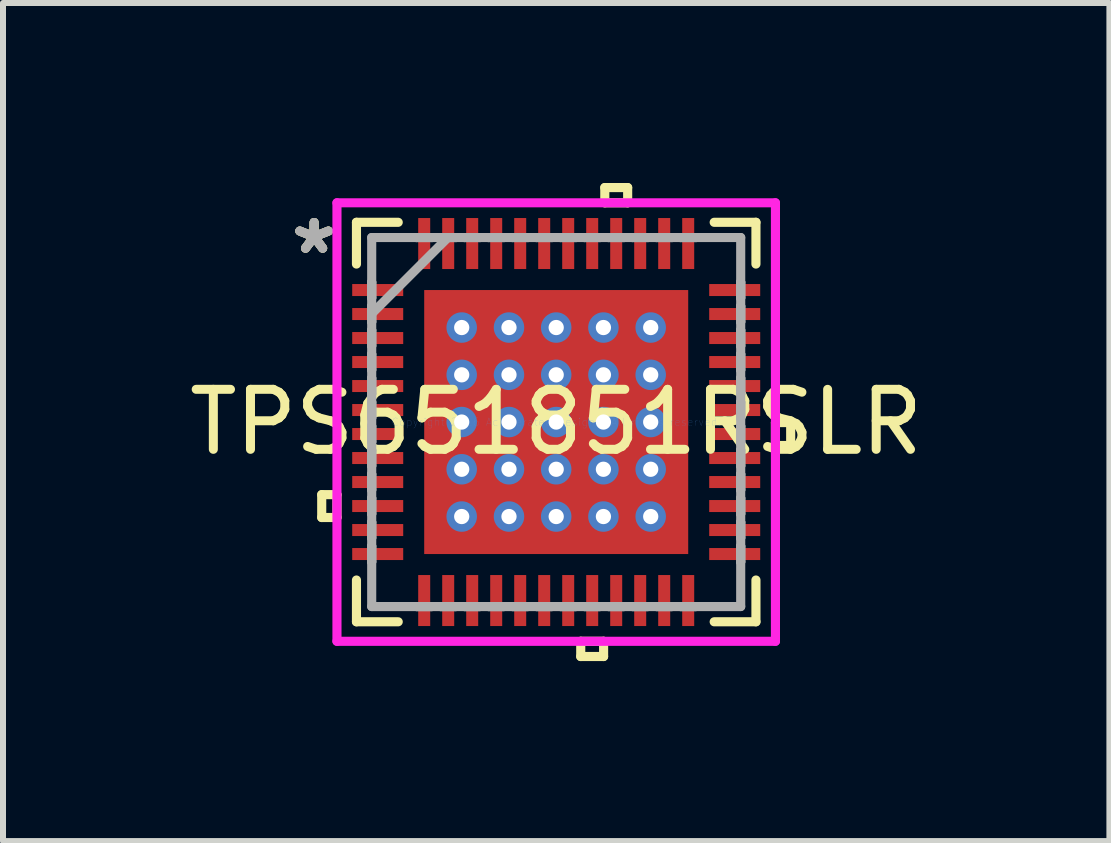
<source format=kicad_pcb>
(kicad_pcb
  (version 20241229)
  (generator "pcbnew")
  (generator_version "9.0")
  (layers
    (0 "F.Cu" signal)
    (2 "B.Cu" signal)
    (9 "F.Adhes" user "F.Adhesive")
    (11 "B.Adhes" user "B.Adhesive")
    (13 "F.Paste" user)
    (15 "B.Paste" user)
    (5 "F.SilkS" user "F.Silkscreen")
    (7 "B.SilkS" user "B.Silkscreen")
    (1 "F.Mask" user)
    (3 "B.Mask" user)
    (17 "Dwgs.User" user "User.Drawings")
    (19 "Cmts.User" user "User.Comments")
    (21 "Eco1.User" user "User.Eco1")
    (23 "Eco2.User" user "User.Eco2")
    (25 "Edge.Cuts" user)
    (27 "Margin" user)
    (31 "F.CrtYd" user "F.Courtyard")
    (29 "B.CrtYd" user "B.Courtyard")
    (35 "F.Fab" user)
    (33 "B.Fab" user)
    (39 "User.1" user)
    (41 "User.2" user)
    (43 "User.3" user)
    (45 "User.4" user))
  (footprint "TPS651851RSLR"
    (layer "F.Cu")
    (at 6.22 3.984)
    (property "Reference" "TPS651851RSLR" (at 0 0 0) (layer "F.SilkS") (effects (font (size 1 1) (thickness 0.15))))
    (attr through_hole)
    (fp_line (start -3.45 -2.35) (end -3.45 -2.05) (stroke (width 0.152) (type solid)) (layer "F.Mask"))
    (fp_line (start -3.45 -2.05) (end -2.5 -2.05) (stroke (width 0.152) (type solid)) (layer "F.Mask"))
    (fp_line (start -3.45 -1.95) (end -3.45 -1.65) (stroke (width 0.152) (type solid)) (layer "F.Mask"))
    (fp_line (start -3.45 -1.65) (end -2.5 -1.65) (stroke (width 0.152) (type solid)) (layer "F.Mask"))
    (fp_line (start -3.45 -1.55) (end -3.45 -1.25) (stroke (width 0.152) (type solid)) (layer "F.Mask"))
    (fp_line (start -3.45 -1.25) (end -2.5 -1.25) (stroke (width 0.152) (type solid)) (layer "F.Mask"))
    (fp_line (start -3.45 -1.15) (end -3.45 -0.85) (stroke (width 0.152) (type solid)) (layer "F.Mask"))
    (fp_line (start -3.45 -0.85) (end -2.5 -0.85) (stroke (width 0.152) (type solid)) (layer "F.Mask"))
    (fp_line (start -3.45 -0.75) (end -3.45 -0.45) (stroke (width 0.152) (type solid)) (layer "F.Mask"))
    (fp_line (start -3.45 -0.45) (end -2.5 -0.45) (stroke (width 0.152) (type solid)) (layer "F.Mask"))
    (fp_line (start -3.45 -0.35) (end -3.45 -0.05) (stroke (width 0.152) (type solid)) (layer "F.Mask"))
    (fp_line (start -3.45 -0.05) (end -2.5 -0.05) (stroke (width 0.152) (type solid)) (layer "F.Mask"))
    (fp_line (start -3.45 0.05) (end -3.45 0.35) (stroke (width 0.152) (type solid)) (layer "F.Mask"))
    (fp_line (start -3.45 0.35) (end -2.5 0.35) (stroke (width 0.152) (type solid)) (layer "F.Mask"))
    (fp_line (start -3.45 0.45) (end -3.45 0.75) (stroke (width 0.152) (type solid)) (layer "F.Mask"))
    (fp_line (start -3.45 0.75) (end -2.5 0.75) (stroke (width 0.152) (type solid)) (layer "F.Mask"))
    (fp_line (start -3.45 0.85) (end -3.45 1.15) (stroke (width 0.152) (type solid)) (layer "F.Mask"))
    (fp_line (start -3.45 1.15) (end -2.5 1.15) (stroke (width 0.152) (type solid)) (layer "F.Mask"))
    (fp_line (start -3.45 1.25) (end -3.45 1.55) (stroke (width 0.152) (type solid)) (layer "F.Mask"))
    (fp_line (start -3.45 1.55) (end -2.5 1.55) (stroke (width 0.152) (type solid)) (layer "F.Mask"))
    (fp_line (start -3.45 1.65) (end -3.45 1.95) (stroke (width 0.152) (type solid)) (layer "F.Mask"))
    (fp_line (start -3.45 1.95) (end -2.5 1.95) (stroke (width 0.152) (type solid)) (layer "F.Mask"))
    (fp_line (start -3.45 2.05) (end -3.45 2.35) (stroke (width 0.152) (type solid)) (layer "F.Mask"))
    (fp_line (start -3.45 2.35) (end -2.5 2.35) (stroke (width 0.152) (type solid)) (layer "F.Mask"))
    (fp_line (start -2.5 -2.35) (end -3.45 -2.35) (stroke (width 0.152) (type solid)) (layer "F.Mask"))
    (fp_line (start -2.5 -2.05) (end -2.5 -2.35) (stroke (width 0.152) (type solid)) (layer "F.Mask"))
    (fp_line (start -2.5 -1.95) (end -3.45 -1.95) (stroke (width 0.152) (type solid)) (layer "F.Mask"))
    (fp_line (start -2.5 -1.65) (end -2.5 -1.95) (stroke (width 0.152) (type solid)) (layer "F.Mask"))
    (fp_line (start -2.5 -1.55) (end -3.45 -1.55) (stroke (width 0.152) (type solid)) (layer "F.Mask"))
    (fp_line (start -2.5 -1.25) (end -2.5 -1.55) (stroke (width 0.152) (type solid)) (layer "F.Mask"))
    (fp_line (start -2.5 -1.15) (end -3.45 -1.15) (stroke (width 0.152) (type solid)) (layer "F.Mask"))
    (fp_line (start -2.5 -0.85) (end -2.5 -1.15) (stroke (width 0.152) (type solid)) (layer "F.Mask"))
    (fp_line (start -2.5 -0.75) (end -3.45 -0.75) (stroke (width 0.152) (type solid)) (layer "F.Mask"))
    (fp_line (start -2.5 -0.45) (end -2.5 -0.75) (stroke (width 0.152) (type solid)) (layer "F.Mask"))
    (fp_line (start -2.5 -0.35) (end -3.45 -0.35) (stroke (width 0.152) (type solid)) (layer "F.Mask"))
    (fp_line (start -2.5 -0.05) (end -2.5 -0.35) (stroke (width 0.152) (type solid)) (layer "F.Mask"))
    (fp_line (start -2.5 0.05) (end -3.45 0.05) (stroke (width 0.152) (type solid)) (layer "F.Mask"))
    (fp_line (start -2.5 0.35) (end -2.5 0.05) (stroke (width 0.152) (type solid)) (layer "F.Mask"))
    (fp_line (start -2.5 0.45) (end -3.45 0.45) (stroke (width 0.152) (type solid)) (layer "F.Mask"))
    (fp_line (start -2.5 0.75) (end -2.5 0.45) (stroke (width 0.152) (type solid)) (layer "F.Mask"))
    (fp_line (start -2.5 0.85) (end -3.45 0.85) (stroke (width 0.152) (type solid)) (layer "F.Mask"))
    (fp_line (start -2.5 1.15) (end -2.5 0.85) (stroke (width 0.152) (type solid)) (layer "F.Mask"))
    (fp_line (start -2.5 1.25) (end -3.45 1.25) (stroke (width 0.152) (type solid)) (layer "F.Mask"))
    (fp_line (start -2.5 1.55) (end -2.5 1.25) (stroke (width 0.152) (type solid)) (layer "F.Mask"))
    (fp_line (start -2.5 1.65) (end -3.45 1.65) (stroke (width 0.152) (type solid)) (layer "F.Mask"))
    (fp_line (start -2.5 1.95) (end -2.5 1.65) (stroke (width 0.152) (type solid)) (layer "F.Mask"))
    (fp_line (start -2.5 2.05) (end -3.45 2.05) (stroke (width 0.152) (type solid)) (layer "F.Mask"))
    (fp_line (start -2.5 2.35) (end -2.5 2.05) (stroke (width 0.152) (type solid)) (layer "F.Mask"))
    (fp_line (start -2.35 -3.45) (end -2.35 -2.5) (stroke (width 0.152) (type solid)) (layer "F.Mask"))
    (fp_line (start -2.35 -2.5) (end -2.05 -2.5) (stroke (width 0.152) (type solid)) (layer "F.Mask"))
    (fp_line (start -2.35 2.5) (end -2.35 3.45) (stroke (width 0.152) (type solid)) (layer "F.Mask"))
    (fp_line (start -2.35 3.45) (end -2.05 3.45) (stroke (width 0.152) (type solid)) (layer "F.Mask"))
    (fp_line (start -2.263 -2.263) (end -1.775 -2.263) (stroke (width 0.152) (type solid)) (layer "F.Mask"))
    (fp_line (start -2.263 -2.263) (end 2.263 -2.263) (stroke (width 0.152) (type solid)) (layer "F.Mask"))
    (fp_line (start -2.263 -1.775) (end -2.263 -2.263) (stroke (width 0.152) (type solid)) (layer "F.Mask"))
    (fp_line (start -2.263 -1.375) (end 2.263 -1.375) (stroke (width 0.152) (type solid)) (layer "F.Mask"))
    (fp_line (start -2.263 -0.987) (end -2.263 -1.375) (stroke (width 0.152) (type solid)) (layer "F.Mask"))
    (fp_line (start -2.263 -0.587) (end 2.263 -0.587) (stroke (width 0.152) (type solid)) (layer "F.Mask"))
    (fp_line (start -2.263 -0.2) (end -2.263 -0.587) (stroke (width 0.152) (type solid)) (layer "F.Mask"))
    (fp_line (start -2.263 0.2) (end 2.263 0.2) (stroke (width 0.152) (type solid)) (layer "F.Mask"))
    (fp_line (start -2.263 0.587) (end -2.263 0.2) (stroke (width 0.152) (type solid)) (layer "F.Mask"))
    (fp_line (start -2.263 0.987) (end 2.263 0.987) (stroke (width 0.152) (type solid)) (layer "F.Mask"))
    (fp_line (start -2.263 1.375) (end -2.263 0.987) (stroke (width 0.152) (type solid)) (layer "F.Mask"))
    (fp_line (start -2.263 1.775) (end 2.263 1.775) (stroke (width 0.152) (type solid)) (layer "F.Mask"))
    (fp_line (start -2.263 2.263) (end -2.263 -2.263) (stroke (width 0.152) (type solid)) (layer "F.Mask"))
    (fp_line (start -2.263 2.263) (end -2.263 1.775) (stroke (width 0.152) (type solid)) (layer "F.Mask"))
    (fp_line (start -2.05 -3.45) (end -2.35 -3.45) (stroke (width 0.152) (type solid)) (layer "F.Mask"))
    (fp_line (start -2.05 -2.5) (end -2.05 -3.45) (stroke (width 0.152) (type solid)) (layer "F.Mask"))
    (fp_line (start -2.05 2.5) (end -2.35 2.5) (stroke (width 0.152) (type solid)) (layer "F.Mask"))
    (fp_line (start -2.05 3.45) (end -2.05 2.5) (stroke (width 0.152) (type solid)) (layer "F.Mask"))
    (fp_line (start -1.95 -3.45) (end -1.95 -2.5) (stroke (width 0.152) (type solid)) (layer "F.Mask"))
    (fp_line (start -1.95 -2.5) (end -1.65 -2.5) (stroke (width 0.152) (type solid)) (layer "F.Mask"))
    (fp_line (start -1.95 2.5) (end -1.95 3.45) (stroke (width 0.152) (type solid)) (layer "F.Mask"))
    (fp_line (start -1.95 3.45) (end -1.65 3.45) (stroke (width 0.152) (type solid)) (layer "F.Mask"))
    (fp_line (start -1.775 -2.263) (end -1.775 2.263) (stroke (width 0.152) (type solid)) (layer "F.Mask"))
    (fp_line (start -1.775 2.263) (end -2.263 2.263) (stroke (width 0.152) (type solid)) (layer "F.Mask"))
    (fp_line (start -1.65 -3.45) (end -1.95 -3.45) (stroke (width 0.152) (type solid)) (layer "F.Mask"))
    (fp_line (start -1.65 -2.5) (end -1.65 -3.45) (stroke (width 0.152) (type solid)) (layer "F.Mask"))
    (fp_line (start -1.65 2.5) (end -1.95 2.5) (stroke (width 0.152) (type solid)) (layer "F.Mask"))
    (fp_line (start -1.65 3.45) (end -1.65 2.5) (stroke (width 0.152) (type solid)) (layer "F.Mask"))
    (fp_line (start -1.55 -3.45) (end -1.55 -2.5) (stroke (width 0.152) (type solid)) (layer "F.Mask"))
    (fp_line (start -1.55 -2.5) (end -1.25 -2.5) (stroke (width 0.152) (type solid)) (layer "F.Mask"))
    (fp_line (start -1.55 2.5) (end -1.55 3.45) (stroke (width 0.152) (type solid)) (layer "F.Mask"))
    (fp_line (start -1.55 3.45) (end -1.25 3.45) (stroke (width 0.152) (type solid)) (layer "F.Mask"))
    (fp_line (start -1.375 -2.263) (end -1.375 2.263) (stroke (width 0.152) (type solid)) (layer "F.Mask"))
    (fp_line (start -1.375 2.263) (end -0.987 2.263) (stroke (width 0.152) (type solid)) (layer "F.Mask"))
    (fp_line (start -1.25 -3.45) (end -1.55 -3.45) (stroke (width 0.152) (type solid)) (layer "F.Mask"))
    (fp_line (start -1.25 -2.5) (end -1.25 -3.45) (stroke (width 0.152) (type solid)) (layer "F.Mask"))
    (fp_line (start -1.25 2.5) (end -1.55 2.5) (stroke (width 0.152) (type solid)) (layer "F.Mask"))
    (fp_line (start -1.25 3.45) (end -1.25 2.5) (stroke (width 0.152) (type solid)) (layer "F.Mask"))
    (fp_line (start -1.15 -3.45) (end -1.15 -2.5) (stroke (width 0.152) (type solid)) (layer "F.Mask"))
    (fp_line (start -1.15 -2.5) (end -0.85 -2.5) (stroke (width 0.152) (type solid)) (layer "F.Mask"))
    (fp_line (start -1.15 2.5) (end -1.15 3.45) (stroke (width 0.152) (type solid)) (layer "F.Mask"))
    (fp_line (start -1.15 3.45) (end -0.85 3.45) (stroke (width 0.152) (type solid)) (layer "F.Mask"))
    (fp_line (start -0.987 -2.263) (end -1.375 -2.263) (stroke (width 0.152) (type solid)) (layer "F.Mask"))
    (fp_line (start -0.987 2.263) (end -0.987 -2.263) (stroke (width 0.152) (type solid)) (layer "F.Mask"))
    (fp_line (start -0.85 -3.45) (end -1.15 -3.45) (stroke (width 0.152) (type solid)) (layer "F.Mask"))
    (fp_line (start -0.85 -2.5) (end -0.85 -3.45) (stroke (width 0.152) (type solid)) (layer "F.Mask"))
    (fp_line (start -0.85 2.5) (end -1.15 2.5) (stroke (width 0.152) (type solid)) (layer "F.Mask"))
    (fp_line (start -0.85 3.45) (end -0.85 2.5) (stroke (width 0.152) (type solid)) (layer "F.Mask"))
    (fp_line (start -0.75 2.5) (end -0.75 3.45) (stroke (width 0.152) (type solid)) (layer "F.Mask"))
    (fp_line (start -0.75 3.45) (end -0.45 3.45) (stroke (width 0.152) (type solid)) (layer "F.Mask"))
    (fp_line (start -0.75 -3.45) (end -0.75 -2.5) (stroke (width 0.152) (type solid)) (layer "F.Mask"))
    (fp_line (start -0.75 -2.5) (end -0.45 -2.5) (stroke (width 0.152) (type solid)) (layer "F.Mask"))
    (fp_line (start -0.587 -2.263) (end -0.587 2.263) (stroke (width 0.152) (type solid)) (layer "F.Mask"))
    (fp_line (start -0.587 2.263) (end -0.2 2.263) (stroke (width 0.152) (type solid)) (layer "F.Mask"))
    (fp_line (start -0.45 -3.45) (end -0.75 -3.45) (stroke (width 0.152) (type solid)) (layer "F.Mask"))
    (fp_line (start -0.45 -2.5) (end -0.45 -3.45) (stroke (width 0.152) (type solid)) (layer "F.Mask"))
    (fp_line (start -0.45 2.5) (end -0.75 2.5) (stroke (width 0.152) (type solid)) (layer "F.Mask"))
    (fp_line (start -0.45 3.45) (end -0.45 2.5) (stroke (width 0.152) (type solid)) (layer "F.Mask"))
    (fp_line (start -0.35 -3.45) (end -0.35 -2.5) (stroke (width 0.152) (type solid)) (layer "F.Mask"))
    (fp_line (start -0.35 -2.5) (end -0.05 -2.5) (stroke (width 0.152) (type solid)) (layer "F.Mask"))
    (fp_line (start -0.35 2.5) (end -0.35 3.45) (stroke (width 0.152) (type solid)) (layer "F.Mask"))
    (fp_line (start -0.35 3.45) (end -0.05 3.45) (stroke (width 0.152) (type solid)) (layer "F.Mask"))
    (fp_line (start -0.2 -2.263) (end -0.587 -2.263) (stroke (width 0.152) (type solid)) (layer "F.Mask"))
    (fp_line (start -0.2 2.263) (end -0.2 -2.263) (stroke (width 0.152) (type solid)) (layer "F.Mask"))
    (fp_line (start -0.05 -3.45) (end -0.35 -3.45) (stroke (width 0.152) (type solid)) (layer "F.Mask"))
    (fp_line (start -0.05 -2.5) (end -0.05 -3.45) (stroke (width 0.152) (type solid)) (layer "F.Mask"))
    (fp_line (start -0.05 2.5) (end -0.35 2.5) (stroke (width 0.152) (type solid)) (layer "F.Mask"))
    (fp_line (start -0.05 3.45) (end -0.05 2.5) (stroke (width 0.152) (type solid)) (layer "F.Mask"))
    (fp_line (start 0.05 -3.45) (end 0.05 -2.5) (stroke (width 0.152) (type solid)) (layer "F.Mask"))
    (fp_line (start 0.05 -2.5) (end 0.35 -2.5) (stroke (width 0.152) (type solid)) (layer "F.Mask"))
    (fp_line (start 0.05 2.5) (end 0.05 3.45) (stroke (width 0.152) (type solid)) (layer "F.Mask"))
    (fp_line (start 0.05 3.45) (end 0.35 3.45) (stroke (width 0.152) (type solid)) (layer "F.Mask"))
    (fp_line (start 0.2 -2.263) (end 0.2 2.263) (stroke (width 0.152) (type solid)) (layer "F.Mask"))
    (fp_line (start 0.2 2.263) (end 0.587 2.263) (stroke (width 0.152) (type solid)) (layer "F.Mask"))
    (fp_line (start 0.35 -3.45) (end 0.05 -3.45) (stroke (width 0.152) (type solid)) (layer "F.Mask"))
    (fp_line (start 0.35 -2.5) (end 0.35 -3.45) (stroke (width 0.152) (type solid)) (layer "F.Mask"))
    (fp_line (start 0.35 2.5) (end 0.05 2.5) (stroke (width 0.152) (type solid)) (layer "F.Mask"))
    (fp_line (start 0.35 3.45) (end 0.35 2.5) (stroke (width 0.152) (type solid)) (layer "F.Mask"))
    (fp_line (start 0.45 -3.45) (end 0.45 -2.5) (stroke (width 0.152) (type solid)) (layer "F.Mask"))
    (fp_line (start 0.45 -2.5) (end 0.75 -2.5) (stroke (width 0.152) (type solid)) (layer "F.Mask"))
    (fp_line (start 0.45 2.5) (end 0.45 3.45) (stroke (width 0.152) (type solid)) (layer "F.Mask"))
    (fp_line (start 0.45 3.45) (end 0.75 3.45) (stroke (width 0.152) (type solid)) (layer "F.Mask"))
    (fp_line (start 0.587 -2.263) (end 0.2 -2.263) (stroke (width 0.152) (type solid)) (layer "F.Mask"))
    (fp_line (start 0.587 2.263) (end 0.587 -2.263) (stroke (width 0.152) (type solid)) (layer "F.Mask"))
    (fp_line (start 0.75 2.5) (end 0.45 2.5) (stroke (width 0.152) (type solid)) (layer "F.Mask"))
    (fp_line (start 0.75 3.45) (end 0.75 2.5) (stroke (width 0.152) (type solid)) (layer "F.Mask"))
    (fp_line (start 0.75 -3.45) (end 0.45 -3.45) (stroke (width 0.152) (type solid)) (layer "F.Mask"))
    (fp_line (start 0.75 -2.5) (end 0.75 -3.45) (stroke (width 0.152) (type solid)) (layer "F.Mask"))
    (fp_line (start 0.85 -3.45) (end 0.85 -2.5) (stroke (width 0.152) (type solid)) (layer "F.Mask"))
    (fp_line (start 0.85 -2.5) (end 1.15 -2.5) (stroke (width 0.152) (type solid)) (layer "F.Mask"))
    (fp_line (start 0.85 2.5) (end 0.85 3.45) (stroke (width 0.152) (type solid)) (layer "F.Mask"))
    (fp_line (start 0.85 3.45) (end 1.15 3.45) (stroke (width 0.152) (type solid)) (layer "F.Mask"))
    (fp_line (start 0.987 -2.263) (end 0.987 2.263) (stroke (width 0.152) (type solid)) (layer "F.Mask"))
    (fp_line (start 0.987 2.263) (end 1.375 2.263) (stroke (width 0.152) (type solid)) (layer "F.Mask"))
    (fp_line (start 1.15 -3.45) (end 0.85 -3.45) (stroke (width 0.152) (type solid)) (layer "F.Mask"))
    (fp_line (start 1.15 -2.5) (end 1.15 -3.45) (stroke (width 0.152) (type solid)) (layer "F.Mask"))
    (fp_line (start 1.15 2.5) (end 0.85 2.5) (stroke (width 0.152) (type solid)) (layer "F.Mask"))
    (fp_line (start 1.15 3.45) (end 1.15 2.5) (stroke (width 0.152) (type solid)) (layer "F.Mask"))
    (fp_line (start 1.25 -3.45) (end 1.25 -2.5) (stroke (width 0.152) (type solid)) (layer "F.Mask"))
    (fp_line (start 1.25 -2.5) (end 1.55 -2.5) (stroke (width 0.152) (type solid)) (layer "F.Mask"))
    (fp_line (start 1.25 2.5) (end 1.25 3.45) (stroke (width 0.152) (type solid)) (layer "F.Mask"))
    (fp_line (start 1.25 3.45) (end 1.55 3.45) (stroke (width 0.152) (type solid)) (layer "F.Mask"))
    (fp_line (start 1.375 -2.263) (end 0.987 -2.263) (stroke (width 0.152) (type solid)) (layer "F.Mask"))
    (fp_line (start 1.375 2.263) (end 1.375 -2.263) (stroke (width 0.152) (type solid)) (layer "F.Mask"))
    (fp_line (start 1.55 -3.45) (end 1.25 -3.45) (stroke (width 0.152) (type solid)) (layer "F.Mask"))
    (fp_line (start 1.55 -2.5) (end 1.55 -3.45) (stroke (width 0.152) (type solid)) (layer "F.Mask"))
    (fp_line (start 1.55 2.5) (end 1.25 2.5) (stroke (width 0.152) (type solid)) (layer "F.Mask"))
    (fp_line (start 1.55 3.45) (end 1.55 2.5) (stroke (width 0.152) (type solid)) (layer "F.Mask"))
    (fp_line (start 1.65 -3.45) (end 1.65 -2.5) (stroke (width 0.152) (type solid)) (layer "F.Mask"))
    (fp_line (start 1.65 -2.5) (end 1.95 -2.5) (stroke (width 0.152) (type solid)) (layer "F.Mask"))
    (fp_line (start 1.65 2.5) (end 1.65 3.45) (stroke (width 0.152) (type solid)) (layer "F.Mask"))
    (fp_line (start 1.65 3.45) (end 1.95 3.45) (stroke (width 0.152) (type solid)) (layer "F.Mask"))
    (fp_line (start 1.775 -2.263) (end 2.263 -2.263) (stroke (width 0.152) (type solid)) (layer "F.Mask"))
    (fp_line (start 1.775 2.263) (end 1.775 -2.263) (stroke (width 0.152) (type solid)) (layer "F.Mask"))
    (fp_line (start 1.95 -3.45) (end 1.65 -3.45) (stroke (width 0.152) (type solid)) (layer "F.Mask"))
    (fp_line (start 1.95 -2.5) (end 1.95 -3.45) (stroke (width 0.152) (type solid)) (layer "F.Mask"))
    (fp_line (start 1.95 2.5) (end 1.65 2.5) (stroke (width 0.152) (type solid)) (layer "F.Mask"))
    (fp_line (start 1.95 3.45) (end 1.95 2.5) (stroke (width 0.152) (type solid)) (layer "F.Mask"))
    (fp_line (start 2.05 -3.45) (end 2.05 -2.5) (stroke (width 0.152) (type solid)) (layer "F.Mask"))
    (fp_line (start 2.05 -2.5) (end 2.35 -2.5) (stroke (width 0.152) (type solid)) (layer "F.Mask"))
    (fp_line (start 2.05 2.5) (end 2.05 3.45) (stroke (width 0.152) (type solid)) (layer "F.Mask"))
    (fp_line (start 2.05 3.45) (end 2.35 3.45) (stroke (width 0.152) (type solid)) (layer "F.Mask"))
    (fp_line (start 2.263 -2.263) (end 2.263 -1.775) (stroke (width 0.152) (type solid)) (layer "F.Mask"))
    (fp_line (start 2.263 -2.263) (end 2.263 2.263) (stroke (width 0.152) (type solid)) (layer "F.Mask"))
    (fp_line (start 2.263 -1.775) (end -2.263 -1.775) (stroke (width 0.152) (type solid)) (layer "F.Mask"))
    (fp_line (start 2.263 -1.375) (end 2.263 -0.987) (stroke (width 0.152) (type solid)) (layer "F.Mask"))
    (fp_line (start 2.263 -0.987) (end -2.263 -0.987) (stroke (width 0.152) (type solid)) (layer "F.Mask"))
    (fp_line (start 2.263 -0.587) (end 2.263 -0.2) (stroke (width 0.152) (type solid)) (layer "F.Mask"))
    (fp_line (start 2.263 -0.2) (end -2.263 -0.2) (stroke (width 0.152) (type solid)) (layer "F.Mask"))
    (fp_line (start 2.263 0.2) (end 2.263 0.587) (stroke (width 0.152) (type solid)) (layer "F.Mask"))
    (fp_line (start 2.263 0.587) (end -2.263 0.587) (stroke (width 0.152) (type solid)) (layer "F.Mask"))
    (fp_line (start 2.263 0.987) (end 2.263 1.375) (stroke (width 0.152) (type solid)) (layer "F.Mask"))
    (fp_line (start 2.263 1.375) (end -2.263 1.375) (stroke (width 0.152) (type solid)) (layer "F.Mask"))
    (fp_line (start 2.263 1.775) (end 2.263 2.263) (stroke (width 0.152) (type solid)) (layer "F.Mask"))
    (fp_line (start 2.263 2.263) (end -2.263 2.263) (stroke (width 0.152) (type solid)) (layer "F.Mask"))
    (fp_line (start 2.263 2.263) (end 1.775 2.263) (stroke (width 0.152) (type solid)) (layer "F.Mask"))
    (fp_line (start 2.35 -3.45) (end 2.05 -3.45) (stroke (width 0.152) (type solid)) (layer "F.Mask"))
    (fp_line (start 2.35 -2.5) (end 2.35 -3.45) (stroke (width 0.152) (type solid)) (layer "F.Mask"))
    (fp_line (start 2.35 2.5) (end 2.05 2.5) (stroke (width 0.152) (type solid)) (layer "F.Mask"))
    (fp_line (start 2.35 3.45) (end 2.35 2.5) (stroke (width 0.152) (type solid)) (layer "F.Mask"))
    (fp_line (start 2.5 -2.35) (end 2.5 -2.05) (stroke (width 0.152) (type solid)) (layer "F.Mask"))
    (fp_line (start 2.5 -2.05) (end 3.45 -2.05) (stroke (width 0.152) (type solid)) (layer "F.Mask"))
    (fp_line (start 2.5 -1.95) (end 2.5 -1.65) (stroke (width 0.152) (type solid)) (layer "F.Mask"))
    (fp_line (start 2.5 -1.65) (end 3.45 -1.65) (stroke (width 0.152) (type solid)) (layer "F.Mask"))
    (fp_line (start 2.5 -1.55) (end 2.5 -1.25) (stroke (width 0.152) (type solid)) (layer "F.Mask"))
    (fp_line (start 2.5 -1.25) (end 3.45 -1.25) (stroke (width 0.152) (type solid)) (layer "F.Mask"))
    (fp_line (start 2.5 -1.15) (end 2.5 -0.85) (stroke (width 0.152) (type solid)) (layer "F.Mask"))
    (fp_line (start 2.5 -0.85) (end 3.45 -0.85) (stroke (width 0.152) (type solid)) (layer "F.Mask"))
    (fp_line (start 2.5 -0.75) (end 2.5 -0.45) (stroke (width 0.152) (type solid)) (layer "F.Mask"))
    (fp_line (start 2.5 -0.45) (end 3.45 -0.45) (stroke (width 0.152) (type solid)) (layer "F.Mask"))
    (fp_line (start 2.5 -0.35) (end 2.5 -0.05) (stroke (width 0.152) (type solid)) (layer "F.Mask"))
    (fp_line (start 2.5 -0.05) (end 3.45 -0.05) (stroke (width 0.152) (type solid)) (layer "F.Mask"))
    (fp_line (start 2.5 0.05) (end 2.5 0.35) (stroke (width 0.152) (type solid)) (layer "F.Mask"))
    (fp_line (start 2.5 0.35) (end 3.45 0.35) (stroke (width 0.152) (type solid)) (layer "F.Mask"))
    (fp_line (start 2.5 0.45) (end 2.5 0.75) (stroke (width 0.152) (type solid)) (layer "F.Mask"))
    (fp_line (start 2.5 0.75) (end 3.45 0.75) (stroke (width 0.152) (type solid)) (layer "F.Mask"))
    (fp_line (start 2.5 0.85) (end 2.5 1.15) (stroke (width 0.152) (type solid)) (layer "F.Mask"))
    (fp_line (start 2.5 1.15) (end 3.45 1.15) (stroke (width 0.152) (type solid)) (layer "F.Mask"))
    (fp_line (start 2.5 1.25) (end 2.5 1.55) (stroke (width 0.152) (type solid)) (layer "F.Mask"))
    (fp_line (start 2.5 1.55) (end 3.45 1.55) (stroke (width 0.152) (type solid)) (layer "F.Mask"))
    (fp_line (start 2.5 1.65) (end 2.5 1.95) (stroke (width 0.152) (type solid)) (layer "F.Mask"))
    (fp_line (start 2.5 1.95) (end 3.45 1.95) (stroke (width 0.152) (type solid)) (layer "F.Mask"))
    (fp_line (start 2.5 2.05) (end 2.5 2.35) (stroke (width 0.152) (type solid)) (layer "F.Mask"))
    (fp_line (start 2.5 2.35) (end 3.45 2.35) (stroke (width 0.152) (type solid)) (layer "F.Mask"))
    (fp_line (start 3.45 -2.35) (end 2.5 -2.35) (stroke (width 0.152) (type solid)) (layer "F.Mask"))
    (fp_line (start 3.45 -2.05) (end 3.45 -2.35) (stroke (width 0.152) (type solid)) (layer "F.Mask"))
    (fp_line (start 3.45 -1.95) (end 2.5 -1.95) (stroke (width 0.152) (type solid)) (layer "F.Mask"))
    (fp_line (start 3.45 -1.65) (end 3.45 -1.95) (stroke (width 0.152) (type solid)) (layer "F.Mask"))
    (fp_line (start 3.45 -1.55) (end 2.5 -1.55) (stroke (width 0.152) (type solid)) (layer "F.Mask"))
    (fp_line (start 3.45 -1.25) (end 3.45 -1.55) (stroke (width 0.152) (type solid)) (layer "F.Mask"))
    (fp_line (start 3.45 -1.15) (end 2.5 -1.15) (stroke (width 0.152) (type solid)) (layer "F.Mask"))
    (fp_line (start 3.45 -0.85) (end 3.45 -1.15) (stroke (width 0.152) (type solid)) (layer "F.Mask"))
    (fp_line (start 3.45 -0.75) (end 2.5 -0.75) (stroke (width 0.152) (type solid)) (layer "F.Mask"))
    (fp_line (start 3.45 -0.45) (end 3.45 -0.75) (stroke (width 0.152) (type solid)) (layer "F.Mask"))
    (fp_line (start 3.45 -0.35) (end 2.5 -0.35) (stroke (width 0.152) (type solid)) (layer "F.Mask"))
    (fp_line (start 3.45 -0.05) (end 3.45 -0.35) (stroke (width 0.152) (type solid)) (layer "F.Mask"))
    (fp_line (start 3.45 0.05) (end 2.5 0.05) (stroke (width 0.152) (type solid)) (layer "F.Mask"))
    (fp_line (start 3.45 0.35) (end 3.45 0.05) (stroke (width 0.152) (type solid)) (layer "F.Mask"))
    (fp_line (start 3.45 0.45) (end 2.5 0.45) (stroke (width 0.152) (type solid)) (layer "F.Mask"))
    (fp_line (start 3.45 0.75) (end 3.45 0.45) (stroke (width 0.152) (type solid)) (layer "F.Mask"))
    (fp_line (start 3.45 0.85) (end 2.5 0.85) (stroke (width 0.152) (type solid)) (layer "F.Mask"))
    (fp_line (start 3.45 1.15) (end 3.45 0.85) (stroke (width 0.152) (type solid)) (layer "F.Mask"))
    (fp_line (start 3.45 1.25) (end 2.5 1.25) (stroke (width 0.152) (type solid)) (layer "F.Mask"))
    (fp_line (start 3.45 1.55) (end 3.45 1.25) (stroke (width 0.152) (type solid)) (layer "F.Mask"))
    (fp_line (start 3.45 1.65) (end 2.5 1.65) (stroke (width 0.152) (type solid)) (layer "F.Mask"))
    (fp_line (start 3.45 1.95) (end 3.45 1.65) (stroke (width 0.152) (type solid)) (layer "F.Mask"))
    (fp_line (start 3.45 2.05) (end 2.5 2.05) (stroke (width 0.152) (type solid)) (layer "F.Mask"))
    (fp_line (start 3.45 2.35) (end 3.45 2.05) (stroke (width 0.152) (type solid)) (layer "F.Mask"))
    (fp_line (start -3.908 1.21) (end -3.908 1.591) (stroke (width 0.152) (type solid)) (layer "F.SilkS"))
    (fp_line (start -3.908 1.591) (end -3.654 1.591) (stroke (width 0.152) (type solid)) (layer "F.SilkS"))
    (fp_line (start -3.654 1.21) (end -3.908 1.21) (stroke (width 0.152) (type solid)) (layer "F.SilkS"))
    (fp_line (start -3.654 1.591) (end -3.654 1.21) (stroke (width 0.152) (type solid)) (layer "F.SilkS"))
    (fp_line (start -3.329 -3.329) (end -3.329 -2.633) (stroke (width 0.152) (type solid)) (layer "F.SilkS"))
    (fp_line (start -3.329 2.633) (end -3.329 3.329) (stroke (width 0.152) (type solid)) (layer "F.SilkS"))
    (fp_line (start -3.329 3.329) (end -2.633 3.329) (stroke (width 0.152) (type solid)) (layer "F.SilkS"))
    (fp_line (start -2.633 -3.329) (end -3.329 -3.329) (stroke (width 0.152) (type solid)) (layer "F.SilkS"))
    (fp_line (start 0.409 3.654) (end 0.409 3.908) (stroke (width 0.152) (type solid)) (layer "F.SilkS"))
    (fp_line (start 0.409 3.908) (end 0.79 3.908) (stroke (width 0.152) (type solid)) (layer "F.SilkS"))
    (fp_line (start 0.79 3.654) (end 0.409 3.654) (stroke (width 0.152) (type solid)) (layer "F.SilkS"))
    (fp_line (start 0.79 3.908) (end 0.79 3.654) (stroke (width 0.152) (type solid)) (layer "F.SilkS"))
    (fp_line (start 0.81 -3.908) (end 1.191 -3.908) (stroke (width 0.152) (type solid)) (layer "F.SilkS"))
    (fp_line (start 0.81 -3.654) (end 0.81 -3.908) (stroke (width 0.152) (type solid)) (layer "F.SilkS"))
    (fp_line (start 1.191 -3.908) (end 1.191 -3.654) (stroke (width 0.152) (type solid)) (layer "F.SilkS"))
    (fp_line (start 1.191 -3.654) (end 0.81 -3.654) (stroke (width 0.152) (type solid)) (layer "F.SilkS"))
    (fp_line (start 2.633 3.329) (end 3.329 3.329) (stroke (width 0.152) (type solid)) (layer "F.SilkS"))
    (fp_line (start 3.329 -3.329) (end 2.633 -3.329) (stroke (width 0.152) (type solid)) (layer "F.SilkS"))
    (fp_line (start 3.329 -2.633) (end 3.329 -3.329) (stroke (width 0.152) (type solid)) (layer "F.SilkS"))
    (fp_line (start 3.329 3.329) (end 3.329 2.633) (stroke (width 0.152) (type solid)) (layer "F.SilkS"))
    (fp_line (start 3.654 0.009) (end 3.908 0.009) (stroke (width 0.152) (type solid)) (layer "F.SilkS"))
    (fp_line (start 3.654 0.391) (end 3.654 0.009) (stroke (width 0.152) (type solid)) (layer "F.SilkS"))
    (fp_line (start 3.908 0.009) (end 3.908 0.391) (stroke (width 0.152) (type solid)) (layer "F.SilkS"))
    (fp_line (start 3.908 0.391) (end 3.654 0.391) (stroke (width 0.152) (type solid)) (layer "F.SilkS"))
    (fp_line (start -3.375 -2.275) (end -3.375 -2.125) (stroke (width 0.152) (type solid)) (layer "F.Paste"))
    (fp_line (start -3.375 -2.125) (end -2.575 -2.125) (stroke (width 0.152) (type solid)) (layer "F.Paste"))
    (fp_line (start -3.375 -1.875) (end -3.375 -1.725) (stroke (width 0.152) (type solid)) (layer "F.Paste"))
    (fp_line (start -3.375 -1.725) (end -2.575 -1.725) (stroke (width 0.152) (type solid)) (layer "F.Paste"))
    (fp_line (start -3.375 -1.475) (end -3.375 -1.325) (stroke (width 0.152) (type solid)) (layer "F.Paste"))
    (fp_line (start -3.375 -1.325) (end -2.575 -1.325) (stroke (width 0.152) (type solid)) (layer "F.Paste"))
    (fp_line (start -3.375 -1.075) (end -3.375 -0.925) (stroke (width 0.152) (type solid)) (layer "F.Paste"))
    (fp_line (start -3.375 -0.925) (end -2.575 -0.925) (stroke (width 0.152) (type solid)) (layer "F.Paste"))
    (fp_line (start -3.375 -0.675) (end -3.375 -0.525) (stroke (width 0.152) (type solid)) (layer "F.Paste"))
    (fp_line (start -3.375 -0.525) (end -2.575 -0.525) (stroke (width 0.152) (type solid)) (layer "F.Paste"))
    (fp_line (start -3.375 -0.275) (end -3.375 -0.125) (stroke (width 0.152) (type solid)) (layer "F.Paste"))
    (fp_line (start -3.375 -0.125) (end -2.575 -0.125) (stroke (width 0.152) (type solid)) (layer "F.Paste"))
    (fp_line (start -3.375 0.125) (end -3.375 0.275) (stroke (width 0.152) (type solid)) (layer "F.Paste"))
    (fp_line (start -3.375 0.275) (end -2.575 0.275) (stroke (width 0.152) (type solid)) (layer "F.Paste"))
    (fp_line (start -3.375 0.525) (end -3.375 0.675) (stroke (width 0.152) (type solid)) (layer "F.Paste"))
    (fp_line (start -3.375 0.675) (end -2.575 0.675) (stroke (width 0.152) (type solid)) (layer "F.Paste"))
    (fp_line (start -3.375 0.925) (end -3.375 1.075) (stroke (width 0.152) (type solid)) (layer "F.Paste"))
    (fp_line (start -3.375 1.075) (end -2.575 1.075) (stroke (width 0.152) (type solid)) (layer "F.Paste"))
    (fp_line (start -3.375 1.325) (end -3.375 1.475) (stroke (width 0.152) (type solid)) (layer "F.Paste"))
    (fp_line (start -3.375 1.475) (end -2.575 1.475) (stroke (width 0.152) (type solid)) (layer "F.Paste"))
    (fp_line (start -3.375 1.725) (end -3.375 1.875) (stroke (width 0.152) (type solid)) (layer "F.Paste"))
    (fp_line (start -3.375 1.875) (end -2.575 1.875) (stroke (width 0.152) (type solid)) (layer "F.Paste"))
    (fp_line (start -3.375 2.125) (end -3.375 2.275) (stroke (width 0.152) (type solid)) (layer "F.Paste"))
    (fp_line (start -3.375 2.275) (end -2.575 2.275) (stroke (width 0.152) (type solid)) (layer "F.Paste"))
    (fp_line (start -2.575 -2.275) (end -3.375 -2.275) (stroke (width 0.152) (type solid)) (layer "F.Paste"))
    (fp_line (start -2.575 -2.125) (end -2.575 -2.275) (stroke (width 0.152) (type solid)) (layer "F.Paste"))
    (fp_line (start -2.575 -1.875) (end -3.375 -1.875) (stroke (width 0.152) (type solid)) (layer "F.Paste"))
    (fp_line (start -2.575 -1.725) (end -2.575 -1.875) (stroke (width 0.152) (type solid)) (layer "F.Paste"))
    (fp_line (start -2.575 -1.475) (end -3.375 -1.475) (stroke (width 0.152) (type solid)) (layer "F.Paste"))
    (fp_line (start -2.575 -1.325) (end -2.575 -1.475) (stroke (width 0.152) (type solid)) (layer "F.Paste"))
    (fp_line (start -2.575 -1.075) (end -3.375 -1.075) (stroke (width 0.152) (type solid)) (layer "F.Paste"))
    (fp_line (start -2.575 -0.925) (end -2.575 -1.075) (stroke (width 0.152) (type solid)) (layer "F.Paste"))
    (fp_line (start -2.575 -0.675) (end -3.375 -0.675) (stroke (width 0.152) (type solid)) (layer "F.Paste"))
    (fp_line (start -2.575 -0.525) (end -2.575 -0.675) (stroke (width 0.152) (type solid)) (layer "F.Paste"))
    (fp_line (start -2.575 -0.275) (end -3.375 -0.275) (stroke (width 0.152) (type solid)) (layer "F.Paste"))
    (fp_line (start -2.575 -0.125) (end -2.575 -0.275) (stroke (width 0.152) (type solid)) (layer "F.Paste"))
    (fp_line (start -2.575 0.125) (end -3.375 0.125) (stroke (width 0.152) (type solid)) (layer "F.Paste"))
    (fp_line (start -2.575 0.275) (end -2.575 0.125) (stroke (width 0.152) (type solid)) (layer "F.Paste"))
    (fp_line (start -2.575 0.525) (end -3.375 0.525) (stroke (width 0.152) (type solid)) (layer "F.Paste"))
    (fp_line (start -2.575 0.675) (end -2.575 0.525) (stroke (width 0.152) (type solid)) (layer "F.Paste"))
    (fp_line (start -2.575 0.925) (end -3.375 0.925) (stroke (width 0.152) (type solid)) (layer "F.Paste"))
    (fp_line (start -2.575 1.075) (end -2.575 0.925) (stroke (width 0.152) (type solid)) (layer "F.Paste"))
    (fp_line (start -2.575 1.325) (end -3.375 1.325) (stroke (width 0.152) (type solid)) (layer "F.Paste"))
    (fp_line (start -2.575 1.475) (end -2.575 1.325) (stroke (width 0.152) (type solid)) (layer "F.Paste"))
    (fp_line (start -2.575 1.725) (end -3.375 1.725) (stroke (width 0.152) (type solid)) (layer "F.Paste"))
    (fp_line (start -2.575 1.875) (end -2.575 1.725) (stroke (width 0.152) (type solid)) (layer "F.Paste"))
    (fp_line (start -2.575 2.125) (end -3.375 2.125) (stroke (width 0.152) (type solid)) (layer "F.Paste"))
    (fp_line (start -2.575 2.275) (end -2.575 2.125) (stroke (width 0.152) (type solid)) (layer "F.Paste"))
    (fp_line (start -2.275 -3.375) (end -2.275 -2.575) (stroke (width 0.152) (type solid)) (layer "F.Paste"))
    (fp_line (start -2.275 -2.575) (end -2.125 -2.575) (stroke (width 0.152) (type solid)) (layer "F.Paste"))
    (fp_line (start -2.275 2.575) (end -2.275 3.375) (stroke (width 0.152) (type solid)) (layer "F.Paste"))
    (fp_line (start -2.275 3.375) (end -2.125 3.375) (stroke (width 0.152) (type solid)) (layer "F.Paste"))
    (fp_line (start -2.125 -2.125) (end -2.125 -1.675) (stroke (width 0.152) (type solid)) (layer "F.Paste"))
    (fp_line (start -2.125 -1.675) (end -1.816 -1.675) (stroke (width 0.152) (type solid)) (layer "F.Paste"))
    (fp_line (start -2.125 -1.475) (end -2.125 -0.887) (stroke (width 0.152) (type solid)) (layer "F.Paste"))
    (fp_line (start -2.125 -0.887) (end -1.816 -0.887) (stroke (width 0.152) (type solid)) (layer "F.Paste"))
    (fp_line (start -2.125 -0.687) (end -2.125 -0.1) (stroke (width 0.152) (type solid)) (layer "F.Paste"))
    (fp_line (start -2.125 -0.1) (end -1.816 -0.1) (stroke (width 0.152) (type solid)) (layer "F.Paste"))
    (fp_line (start -2.125 0.1) (end -2.125 0.687) (stroke (width 0.152) (type solid)) (layer "F.Paste"))
    (fp_line (start -2.125 0.687) (end -1.816 0.687) (stroke (width 0.152) (type solid)) (layer "F.Paste"))
    (fp_line (start -2.125 0.887) (end -2.125 1.475) (stroke (width 0.152) (type solid)) (layer "F.Paste"))
    (fp_line (start -2.125 1.475) (end -1.816 1.475) (stroke (width 0.152) (type solid)) (layer "F.Paste"))
    (fp_line (start -2.125 1.675) (end -2.125 2.125) (stroke (width 0.152) (type solid)) (layer "F.Paste"))
    (fp_line (start -2.125 2.125) (end -1.675 2.125) (stroke (width 0.152) (type solid)) (layer "F.Paste"))
    (fp_line (start -2.125 -3.375) (end -2.275 -3.375) (stroke (width 0.152) (type solid)) (layer "F.Paste"))
    (fp_line (start -2.125 -2.575) (end -2.125 -3.375) (stroke (width 0.152) (type solid)) (layer "F.Paste"))
    (fp_line (start -2.125 2.575) (end -2.275 2.575) (stroke (width 0.152) (type solid)) (layer "F.Paste"))
    (fp_line (start -2.125 3.375) (end -2.125 2.575) (stroke (width 0.152) (type solid)) (layer "F.Paste"))
    (fp_line (start -1.875 -3.375) (end -1.875 -2.575) (stroke (width 0.152) (type solid)) (layer "F.Paste"))
    (fp_line (start -1.875 -2.575) (end -1.725 -2.575) (stroke (width 0.152) (type solid)) (layer "F.Paste"))
    (fp_line (start -1.875 2.575) (end -1.875 3.375) (stroke (width 0.152) (type solid)) (layer "F.Paste"))
    (fp_line (start -1.875 3.375) (end -1.725 3.375) (stroke (width 0.152) (type solid)) (layer "F.Paste"))
    (fp_line (start -1.816 -1.675) (end -1.816 -1.675) (stroke (width 0.152) (type solid)) (layer "F.Paste"))
    (fp_line (start -1.816 -1.675) (end -1.675 -1.816) (stroke (width 0.152) (type solid)) (layer "F.Paste"))
    (fp_line (start -1.816 -1.475) (end -2.125 -1.475) (stroke (width 0.152) (type solid)) (layer "F.Paste"))
    (fp_line (start -1.816 -1.475) (end -1.816 -1.475) (stroke (width 0.152) (type solid)) (layer "F.Paste"))
    (fp_line (start -1.816 -0.887) (end -1.816 -0.887) (stroke (width 0.152) (type solid)) (layer "F.Paste"))
    (fp_line (start -1.816 -0.887) (end -1.675 -1.029) (stroke (width 0.152) (type solid)) (layer "F.Paste"))
    (fp_line (start -1.816 -0.687) (end -2.125 -0.687) (stroke (width 0.152) (type solid)) (layer "F.Paste"))
    (fp_line (start -1.816 -0.687) (end -1.816 -0.687) (stroke (width 0.152) (type solid)) (layer "F.Paste"))
    (fp_line (start -1.816 -0.1) (end -1.816 -0.1) (stroke (width 0.152) (type solid)) (layer "F.Paste"))
    (fp_line (start -1.816 -0.1) (end -1.675 -0.241) (stroke (width 0.152) (type solid)) (layer "F.Paste"))
    (fp_line (start -1.816 0.1) (end -2.125 0.1) (stroke (width 0.152) (type solid)) (layer "F.Paste"))
    (fp_line (start -1.816 0.1) (end -1.816 0.1) (stroke (width 0.152) (type solid)) (layer "F.Paste"))
    (fp_line (start -1.816 0.687) (end -1.816 0.687) (stroke (width 0.152) (type solid)) (layer "F.Paste"))
    (fp_line (start -1.816 0.687) (end -1.675 0.546) (stroke (width 0.152) (type solid)) (layer "F.Paste"))
    (fp_line (start -1.816 0.887) (end -2.125 0.887) (stroke (width 0.152) (type solid)) (layer "F.Paste"))
    (fp_line (start -1.816 0.887) (end -1.816 0.887) (stroke (width 0.152) (type solid)) (layer "F.Paste"))
    (fp_line (start -1.816 1.475) (end -1.816 1.475) (stroke (width 0.152) (type solid)) (layer "F.Paste"))
    (fp_line (start -1.816 1.475) (end -1.675 1.333) (stroke (width 0.152) (type solid)) (layer "F.Paste"))
    (fp_line (start -1.816 1.675) (end -2.125 1.675) (stroke (width 0.152) (type solid)) (layer "F.Paste"))
    (fp_line (start -1.816 1.675) (end -1.816 1.675) (stroke (width 0.152) (type solid)) (layer "F.Paste"))
    (fp_line (start -1.725 -3.375) (end -1.875 -3.375) (stroke (width 0.152) (type solid)) (layer "F.Paste"))
    (fp_line (start -1.725 -2.575) (end -1.725 -3.375) (stroke (width 0.152) (type solid)) (layer "F.Paste"))
    (fp_line (start -1.725 2.575) (end -1.875 2.575) (stroke (width 0.152) (type solid)) (layer "F.Paste"))
    (fp_line (start -1.725 3.375) (end -1.725 2.575) (stroke (width 0.152) (type solid)) (layer "F.Paste"))
    (fp_line (start -1.675 -2.125) (end -2.125 -2.125) (stroke (width 0.152) (type solid)) (layer "F.Paste"))
    (fp_line (start -1.675 -1.816) (end -1.675 -2.125) (stroke (width 0.152) (type solid)) (layer "F.Paste"))
    (fp_line (start -1.675 -1.816) (end -1.675 -1.816) (stroke (width 0.152) (type solid)) (layer "F.Paste"))
    (fp_line (start -1.675 -1.333) (end -1.816 -1.475) (stroke (width 0.152) (type solid)) (layer "F.Paste"))
    (fp_line (start -1.675 -1.333) (end -1.675 -1.333) (stroke (width 0.152) (type solid)) (layer "F.Paste"))
    (fp_line (start -1.675 -1.029) (end -1.675 -1.333) (stroke (width 0.152) (type solid)) (layer "F.Paste"))
    (fp_line (start -1.675 -1.029) (end -1.675 -1.029) (stroke (width 0.152) (type solid)) (layer "F.Paste"))
    (fp_line (start -1.675 -0.546) (end -1.816 -0.687) (stroke (width 0.152) (type solid)) (layer "F.Paste"))
    (fp_line (start -1.675 -0.546) (end -1.675 -0.546) (stroke (width 0.152) (type solid)) (layer "F.Paste"))
    (fp_line (start -1.675 -0.241) (end -1.675 -0.546) (stroke (width 0.152) (type solid)) (layer "F.Paste"))
    (fp_line (start -1.675 -0.241) (end -1.675 -0.241) (stroke (width 0.152) (type solid)) (layer "F.Paste"))
    (fp_line (start -1.675 0.241) (end -1.816 0.1) (stroke (width 0.152) (type solid)) (layer "F.Paste"))
    (fp_line (start -1.675 0.241) (end -1.675 0.241) (stroke (width 0.152) (type solid)) (layer "F.Paste"))
    (fp_line (start -1.675 0.546) (end -1.675 0.241) (stroke (width 0.152) (type solid)) (layer "F.Paste"))
    (fp_line (start -1.675 0.546) (end -1.675 0.546) (stroke (width 0.152) (type solid)) (layer "F.Paste"))
    (fp_line (start -1.675 1.029) (end -1.816 0.887) (stroke (width 0.152) (type solid)) (layer "F.Paste"))
    (fp_line (start -1.675 1.029) (end -1.675 1.029) (stroke (width 0.152) (type solid)) (layer "F.Paste"))
    (fp_line (start -1.675 1.333) (end -1.675 1.029) (stroke (width 0.152) (type solid)) (layer "F.Paste"))
    (fp_line (start -1.675 1.333) (end -1.675 1.333) (stroke (width 0.152) (type solid)) (layer "F.Paste"))
    (fp_line (start -1.675 1.816) (end -1.816 1.675) (stroke (width 0.152) (type solid)) (layer "F.Paste"))
    (fp_line (start -1.675 1.816) (end -1.675 1.816) (stroke (width 0.152) (type solid)) (layer "F.Paste"))
    (fp_line (start -1.675 2.125) (end -1.675 1.816) (stroke (width 0.152) (type solid)) (layer "F.Paste"))
    (fp_line (start -1.475 -3.375) (end -1.475 -2.575) (stroke (width 0.152) (type solid)) (layer "F.Paste"))
    (fp_line (start -1.475 -2.575) (end -1.325 -2.575) (stroke (width 0.152) (type solid)) (layer "F.Paste"))
    (fp_line (start -1.475 2.575) (end -1.475 3.375) (stroke (width 0.152) (type solid)) (layer "F.Paste"))
    (fp_line (start -1.475 3.375) (end -1.325 3.375) (stroke (width 0.152) (type solid)) (layer "F.Paste"))
    (fp_line (start -1.475 -2.125) (end -1.475 -1.816) (stroke (width 0.152) (type solid)) (layer "F.Paste"))
    (fp_line (start -1.475 -1.816) (end -1.475 -1.816) (stroke (width 0.152) (type solid)) (layer "F.Paste"))
    (fp_line (start -1.475 -1.816) (end -1.333 -1.675) (stroke (width 0.152) (type solid)) (layer "F.Paste"))
    (fp_line (start -1.475 -1.333) (end -1.475 -1.333) (stroke (width 0.152) (type solid)) (layer "F.Paste"))
    (fp_line (start -1.475 -1.333) (end -1.475 -1.029) (stroke (width 0.152) (type solid)) (layer "F.Paste"))
    (fp_line (start -1.475 -1.029) (end -1.475 -1.029) (stroke (width 0.152) (type solid)) (layer "F.Paste"))
    (fp_line (start -1.475 -1.029) (end -1.333 -0.887) (stroke (width 0.152) (type solid)) (layer "F.Paste"))
    (fp_line (start -1.475 -0.546) (end -1.475 -0.546) (stroke (width 0.152) (type solid)) (layer "F.Paste"))
    (fp_line (start -1.475 -0.546) (end -1.475 -0.241) (stroke (width 0.152) (type solid)) (layer "F.Paste"))
    (fp_line (start -1.475 -0.241) (end -1.475 -0.241) (stroke (width 0.152) (type solid)) (layer "F.Paste"))
    (fp_line (start -1.475 -0.241) (end -1.333 -0.1) (stroke (width 0.152) (type solid)) (layer "F.Paste"))
    (fp_line (start -1.475 0.241) (end -1.475 0.241) (stroke (width 0.152) (type solid)) (layer "F.Paste"))
    (fp_line (start -1.475 0.241) (end -1.475 0.546) (stroke (width 0.152) (type solid)) (layer "F.Paste"))
    (fp_line (start -1.475 0.546) (end -1.475 0.546) (stroke (width 0.152) (type solid)) (layer "F.Paste"))
    (fp_line (start -1.475 0.546) (end -1.333 0.687) (stroke (width 0.152) (type solid)) (layer "F.Paste"))
    (fp_line (start -1.475 1.029) (end -1.475 1.029) (stroke (width 0.152) (type solid)) (layer "F.Paste"))
    (fp_line (start -1.475 1.029) (end -1.475 1.333) (stroke (width 0.152) (type solid)) (layer "F.Paste"))
    (fp_line (start -1.475 1.333) (end -1.475 1.333) (stroke (width 0.152) (type solid)) (layer "F.Paste"))
    (fp_line (start -1.475 1.333) (end -1.333 1.475) (stroke (width 0.152) (type solid)) (layer "F.Paste"))
    (fp_line (start -1.475 1.816) (end -1.475 1.816) (stroke (width 0.152) (type solid)) (layer "F.Paste"))
    (fp_line (start -1.475 1.816) (end -1.475 2.125) (stroke (width 0.152) (type solid)) (layer "F.Paste"))
    (fp_line (start -1.475 2.125) (end -0.887 2.125) (stroke (width 0.152) (type solid)) (layer "F.Paste"))
    (fp_line (start -1.333 -1.675) (end -1.333 -1.675) (stroke (width 0.152) (type solid)) (layer "F.Paste"))
    (fp_line (start -1.333 -1.675) (end -1.029 -1.675) (stroke (width 0.152) (type solid)) (layer "F.Paste"))
    (fp_line (start -1.333 -1.475) (end -1.475 -1.333) (stroke (width 0.152) (type solid)) (layer "F.Paste"))
    (fp_line (start -1.333 -1.475) (end -1.333 -1.475) (stroke (width 0.152) (type solid)) (layer "F.Paste"))
    (fp_line (start -1.333 -0.887) (end -1.333 -0.887) (stroke (width 0.152) (type solid)) (layer "F.Paste"))
    (fp_line (start -1.333 -0.887) (end -1.029 -0.887) (stroke (width 0.152) (type solid)) (layer "F.Paste"))
    (fp_line (start -1.333 -0.687) (end -1.475 -0.546) (stroke (width 0.152) (type solid)) (layer "F.Paste"))
    (fp_line (start -1.333 -0.687) (end -1.333 -0.687) (stroke (width 0.152) (type solid)) (layer "F.Paste"))
    (fp_line (start -1.333 -0.1) (end -1.333 -0.1) (stroke (width 0.152) (type solid)) (layer "F.Paste"))
    (fp_line (start -1.333 -0.1) (end -1.029 -0.1) (stroke (width 0.152) (type solid)) (layer "F.Paste"))
    (fp_line (start -1.333 0.1) (end -1.475 0.241) (stroke (width 0.152) (type solid)) (layer "F.Paste"))
    (fp_line (start -1.333 0.1) (end -1.333 0.1) (stroke (width 0.152) (type solid)) (layer "F.Paste"))
    (fp_line (start -1.333 0.687) (end -1.333 0.687) (stroke (width 0.152) (type solid)) (layer "F.Paste"))
    (fp_line (start -1.333 0.687) (end -1.029 0.687) (stroke (width 0.152) (type solid)) (layer "F.Paste"))
    (fp_line (start -1.333 0.887) (end -1.475 1.029) (stroke (width 0.152) (type solid)) (layer "F.Paste"))
    (fp_line (start -1.333 0.887) (end -1.333 0.887) (stroke (width 0.152) (type solid)) (layer "F.Paste"))
    (fp_line (start -1.333 1.475) (end -1.333 1.475) (stroke (width 0.152) (type solid)) (layer "F.Paste"))
    (fp_line (start -1.333 1.475) (end -1.029 1.475) (stroke (width 0.152) (type solid)) (layer "F.Paste"))
    (fp_line (start -1.333 1.675) (end -1.475 1.816) (stroke (width 0.152) (type solid)) (layer "F.Paste"))
    (fp_line (start -1.333 1.675) (end -1.333 1.675) (stroke (width 0.152) (type solid)) (layer "F.Paste"))
    (fp_line (start -1.325 2.575) (end -1.475 2.575) (stroke (width 0.152) (type solid)) (layer "F.Paste"))
    (fp_line (start -1.325 3.375) (end -1.325 2.575) (stroke (width 0.152) (type solid)) (layer "F.Paste"))
    (fp_line (start -1.325 -3.375) (end -1.475 -3.375) (stroke (width 0.152) (type solid)) (layer "F.Paste"))
    (fp_line (start -1.325 -2.575) (end -1.325 -3.375) (stroke (width 0.152) (type solid)) (layer "F.Paste"))
    (fp_line (start -1.075 -3.375) (end -1.075 -2.575) (stroke (width 0.152) (type solid)) (layer "F.Paste"))
    (fp_line (start -1.075 -2.575) (end -0.925 -2.575) (stroke (width 0.152) (type solid)) (layer "F.Paste"))
    (fp_line (start -1.075 2.575) (end -1.075 3.375) (stroke (width 0.152) (type solid)) (layer "F.Paste"))
    (fp_line (start -1.075 3.375) (end -0.925 3.375) (stroke (width 0.152) (type solid)) (layer "F.Paste"))
    (fp_line (start -1.029 -1.675) (end -1.029 -1.675) (stroke (width 0.152) (type solid)) (layer "F.Paste"))
    (fp_line (start -1.029 -1.675) (end -0.887 -1.816) (stroke (width 0.152) (type solid)) (layer "F.Paste"))
    (fp_line (start -1.029 -1.475) (end -1.333 -1.475) (stroke (width 0.152) (type solid)) (layer "F.Paste"))
    (fp_line (start -1.029 -1.475) (end -1.029 -1.475) (stroke (width 0.152) (type solid)) (layer "F.Paste"))
    (fp_line (start -1.029 -0.887) (end -1.029 -0.887) (stroke (width 0.152) (type solid)) (layer "F.Paste"))
    (fp_line (start -1.029 -0.887) (end -0.887 -1.029) (stroke (width 0.152) (type solid)) (layer "F.Paste"))
    (fp_line (start -1.029 -0.687) (end -1.333 -0.687) (stroke (width 0.152) (type solid)) (layer "F.Paste"))
    (fp_line (start -1.029 -0.687) (end -1.029 -0.687) (stroke (width 0.152) (type solid)) (layer "F.Paste"))
    (fp_line (start -1.029 -0.1) (end -1.029 -0.1) (stroke (width 0.152) (type solid)) (layer "F.Paste"))
    (fp_line (start -1.029 -0.1) (end -0.887 -0.241) (stroke (width 0.152) (type solid)) (layer "F.Paste"))
    (fp_line (start -1.029 0.1) (end -1.333 0.1) (stroke (width 0.152) (type solid)) (layer "F.Paste"))
    (fp_line (start -1.029 0.1) (end -1.029 0.1) (stroke (width 0.152) (type solid)) (layer "F.Paste"))
    (fp_line (start -1.029 0.687) (end -1.029 0.687) (stroke (width 0.152) (type solid)) (layer "F.Paste"))
    (fp_line (start -1.029 0.687) (end -0.887 0.546) (stroke (width 0.152) (type solid)) (layer "F.Paste"))
    (fp_line (start -1.029 0.887) (end -1.333 0.887) (stroke (width 0.152) (type solid)) (layer "F.Paste"))
    (fp_line (start -1.029 0.887) (end -1.029 0.887) (stroke (width 0.152) (type solid)) (layer "F.Paste"))
    (fp_line (start -1.029 1.475) (end -1.029 1.475) (stroke (width 0.152) (type solid)) (layer "F.Paste"))
    (fp_line (start -1.029 1.475) (end -0.887 1.333) (stroke (width 0.152) (type solid)) (layer "F.Paste"))
    (fp_line (start -1.029 1.675) (end -1.333 1.675) (stroke (width 0.152) (type solid)) (layer "F.Paste"))
    (fp_line (start -1.029 1.675) (end -1.029 1.675) (stroke (width 0.152) (type solid)) (layer "F.Paste"))
    (fp_line (start -0.925 -3.375) (end -1.075 -3.375) (stroke (width 0.152) (type solid)) (layer "F.Paste"))
    (fp_line (start -0.925 -2.575) (end -0.925 -3.375) (stroke (width 0.152) (type solid)) (layer "F.Paste"))
    (fp_line (start -0.925 2.575) (end -1.075 2.575) (stroke (width 0.152) (type solid)) (layer "F.Paste"))
    (fp_line (start -0.925 3.375) (end -0.925 2.575) (stroke (width 0.152) (type solid)) (layer "F.Paste"))
    (fp_line (start -0.887 -2.125) (end -1.475 -2.125) (stroke (width 0.152) (type solid)) (layer "F.Paste"))
    (fp_line (start -0.887 -1.816) (end -0.887 -2.125) (stroke (width 0.152) (type solid)) (layer "F.Paste"))
    (fp_line (start -0.887 -1.816) (end -0.887 -1.816) (stroke (width 0.152) (type solid)) (layer "F.Paste"))
    (fp_line (start -0.887 -1.333) (end -1.029 -1.475) (stroke (width 0.152) (type solid)) (layer "F.Paste"))
    (fp_line (start -0.887 -1.333) (end -0.887 -1.333) (stroke (width 0.152) (type solid)) (layer "F.Paste"))
    (fp_line (start -0.887 -1.029) (end -0.887 -1.333) (stroke (width 0.152) (type solid)) (layer "F.Paste"))
    (fp_line (start -0.887 -1.029) (end -0.887 -1.029) (stroke (width 0.152) (type solid)) (layer "F.Paste"))
    (fp_line (start -0.887 -0.546) (end -1.029 -0.687) (stroke (width 0.152) (type solid)) (layer "F.Paste"))
    (fp_line (start -0.887 -0.546) (end -0.887 -0.546) (stroke (width 0.152) (type solid)) (layer "F.Paste"))
    (fp_line (start -0.887 -0.241) (end -0.887 -0.546) (stroke (width 0.152) (type solid)) (layer "F.Paste"))
    (fp_line (start -0.887 -0.241) (end -0.887 -0.241) (stroke (width 0.152) (type solid)) (layer "F.Paste"))
    (fp_line (start -0.887 0.241) (end -1.029 0.1) (stroke (width 0.152) (type solid)) (layer "F.Paste"))
    (fp_line (start -0.887 0.241) (end -0.887 0.241) (stroke (width 0.152) (type solid)) (layer "F.Paste"))
    (fp_line (start -0.887 0.546) (end -0.887 0.241) (stroke (width 0.152) (type solid)) (layer "F.Paste"))
    (fp_line (start -0.887 0.546) (end -0.887 0.546) (stroke (width 0.152) (type solid)) (layer "F.Paste"))
    (fp_line (start -0.887 1.029) (end -1.029 0.887) (stroke (width 0.152) (type solid)) (layer "F.Paste"))
    (fp_line (start -0.887 1.029) (end -0.887 1.029) (stroke (width 0.152) (type solid)) (layer "F.Paste"))
    (fp_line (start -0.887 1.333) (end -0.887 1.029) (stroke (width 0.152) (type solid)) (layer "F.Paste"))
    (fp_line (start -0.887 1.333) (end -0.887 1.333) (stroke (width 0.152) (type solid)) (layer "F.Paste"))
    (fp_line (start -0.887 1.816) (end -1.029 1.675) (stroke (width 0.152) (type solid)) (layer "F.Paste"))
    (fp_line (start -0.887 1.816) (end -0.887 1.816) (stroke (width 0.152) (type solid)) (layer "F.Paste"))
    (fp_line (start -0.887 2.125) (end -0.887 1.816) (stroke (width 0.152) (type solid)) (layer "F.Paste"))
    (fp_line (start -0.687 -2.125) (end -0.687 -1.816) (stroke (width 0.152) (type solid)) (layer "F.Paste"))
    (fp_line (start -0.687 -1.816) (end -0.687 -1.816) (stroke (width 0.152) (type solid)) (layer "F.Paste"))
    (fp_line (start -0.687 -1.816) (end -0.546 -1.675) (stroke (width 0.152) (type solid)) (layer "F.Paste"))
    (fp_line (start -0.687 -1.333) (end -0.687 -1.333) (stroke (width 0.152) (type solid)) (layer "F.Paste"))
    (fp_line (start -0.687 -1.333) (end -0.687 -1.029) (stroke (width 0.152) (type solid)) (layer "F.Paste"))
    (fp_line (start -0.687 -1.029) (end -0.687 -1.029) (stroke (width 0.152) (type solid)) (layer "F.Paste"))
    (fp_line (start -0.687 -1.029) (end -0.546 -0.887) (stroke (width 0.152) (type solid)) (layer "F.Paste"))
    (fp_line (start -0.687 -0.546) (end -0.687 -0.546) (stroke (width 0.152) (type solid)) (layer "F.Paste"))
    (fp_line (start -0.687 -0.546) (end -0.687 -0.241) (stroke (width 0.152) (type solid)) (layer "F.Paste"))
    (fp_line (start -0.687 -0.241) (end -0.687 -0.241) (stroke (width 0.152) (type solid)) (layer "F.Paste"))
    (fp_line (start -0.687 -0.241) (end -0.546 -0.1) (stroke (width 0.152) (type solid)) (layer "F.Paste"))
    (fp_line (start -0.687 0.241) (end -0.687 0.241) (stroke (width 0.152) (type solid)) (layer "F.Paste"))
    (fp_line (start -0.687 0.241) (end -0.687 0.546) (stroke (width 0.152) (type solid)) (layer "F.Paste"))
    (fp_line (start -0.687 0.546) (end -0.687 0.546) (stroke (width 0.152) (type solid)) (layer "F.Paste"))
    (fp_line (start -0.687 0.546) (end -0.546 0.687) (stroke (width 0.152) (type solid)) (layer "F.Paste"))
    (fp_line (start -0.687 1.029) (end -0.687 1.029) (stroke (width 0.152) (type solid)) (layer "F.Paste"))
    (fp_line (start -0.687 1.029) (end -0.687 1.333) (stroke (width 0.152) (type solid)) (layer "F.Paste"))
    (fp_line (start -0.687 1.333) (end -0.687 1.333) (stroke (width 0.152) (type solid)) (layer "F.Paste"))
    (fp_line (start -0.687 1.333) (end -0.546 1.475) (stroke (width 0.152) (type solid)) (layer "F.Paste"))
    (fp_line (start -0.687 1.816) (end -0.687 1.816) (stroke (width 0.152) (type solid)) (layer "F.Paste"))
    (fp_line (start -0.687 1.816) (end -0.687 2.125) (stroke (width 0.152) (type solid)) (layer "F.Paste"))
    (fp_line (start -0.687 2.125) (end -0.1 2.125) (stroke (width 0.152) (type solid)) (layer "F.Paste"))
    (fp_line (start -0.675 -3.375) (end -0.675 -2.575) (stroke (width 0.152) (type solid)) (layer "F.Paste"))
    (fp_line (start -0.675 -2.575) (end -0.525 -2.575) (stroke (width 0.152) (type solid)) (layer "F.Paste"))
    (fp_line (start -0.675 2.575) (end -0.675 3.375) (stroke (width 0.152) (type solid)) (layer "F.Paste"))
    (fp_line (start -0.675 3.375) (end -0.525 3.375) (stroke (width 0.152) (type solid)) (layer "F.Paste"))
    (fp_line (start -0.546 -1.675) (end -0.546 -1.675) (stroke (width 0.152) (type solid)) (layer "F.Paste"))
    (fp_line (start -0.546 -1.675) (end -0.241 -1.675) (stroke (width 0.152) (type solid)) (layer "F.Paste"))
    (fp_line (start -0.546 -1.475) (end -0.687 -1.333) (stroke (width 0.152) (type solid)) (layer "F.Paste"))
    (fp_line (start -0.546 -1.475) (end -0.546 -1.475) (stroke (width 0.152) (type solid)) (layer "F.Paste"))
    (fp_line (start -0.546 -0.887) (end -0.546 -0.887) (stroke (width 0.152) (type solid)) (layer "F.Paste"))
    (fp_line (start -0.546 -0.887) (end -0.241 -0.887) (stroke (width 0.152) (type solid)) (layer "F.Paste"))
    (fp_line (start -0.546 -0.687) (end -0.687 -0.546) (stroke (width 0.152) (type solid)) (layer "F.Paste"))
    (fp_line (start -0.546 -0.687) (end -0.546 -0.687) (stroke (width 0.152) (type solid)) (layer "F.Paste"))
    (fp_line (start -0.546 -0.1) (end -0.546 -0.1) (stroke (width 0.152) (type solid)) (layer "F.Paste"))
    (fp_line (start -0.546 -0.1) (end -0.241 -0.1) (stroke (width 0.152) (type solid)) (layer "F.Paste"))
    (fp_line (start -0.546 0.1) (end -0.687 0.241) (stroke (width 0.152) (type solid)) (layer "F.Paste"))
    (fp_line (start -0.546 0.1) (end -0.546 0.1) (stroke (width 0.152) (type solid)) (layer "F.Paste"))
    (fp_line (start -0.546 0.687) (end -0.546 0.687) (stroke (width 0.152) (type solid)) (layer "F.Paste"))
    (fp_line (start -0.546 0.687) (end -0.241 0.687) (stroke (width 0.152) (type solid)) (layer "F.Paste"))
    (fp_line (start -0.546 0.887) (end -0.687 1.029) (stroke (width 0.152) (type solid)) (layer "F.Paste"))
    (fp_line (start -0.546 0.887) (end -0.546 0.887) (stroke (width 0.152) (type solid)) (layer "F.Paste"))
    (fp_line (start -0.546 1.475) (end -0.546 1.475) (stroke (width 0.152) (type solid)) (layer "F.Paste"))
    (fp_line (start -0.546 1.475) (end -0.241 1.475) (stroke (width 0.152) (type solid)) (layer "F.Paste"))
    (fp_line (start -0.546 1.675) (end -0.687 1.816) (stroke (width 0.152) (type solid)) (layer "F.Paste"))
    (fp_line (start -0.546 1.675) (end -0.546 1.675) (stroke (width 0.152) (type solid)) (layer "F.Paste"))
    (fp_line (start -0.525 -3.375) (end -0.675 -3.375) (stroke (width 0.152) (type solid)) (layer "F.Paste"))
    (fp_line (start -0.525 -2.575) (end -0.525 -3.375) (stroke (width 0.152) (type solid)) (layer "F.Paste"))
    (fp_line (start -0.525 2.575) (end -0.675 2.575) (stroke (width 0.152) (type solid)) (layer "F.Paste"))
    (fp_line (start -0.525 3.375) (end -0.525 2.575) (stroke (width 0.152) (type solid)) (layer "F.Paste"))
    (fp_line (start -0.275 -3.375) (end -0.275 -2.575) (stroke (width 0.152) (type solid)) (layer "F.Paste"))
    (fp_line (start -0.275 -2.575) (end -0.125 -2.575) (stroke (width 0.152) (type solid)) (layer "F.Paste"))
    (fp_line (start -0.275 2.575) (end -0.275 3.375) (stroke (width 0.152) (type solid)) (layer "F.Paste"))
    (fp_line (start -0.275 3.375) (end -0.125 3.375) (stroke (width 0.152) (type solid)) (layer "F.Paste"))
    (fp_line (start -0.241 -1.675) (end -0.241 -1.675) (stroke (width 0.152) (type solid)) (layer "F.Paste"))
    (fp_line (start -0.241 -1.675) (end -0.1 -1.816) (stroke (width 0.152) (type solid)) (layer "F.Paste"))
    (fp_line (start -0.241 -1.475) (end -0.546 -1.475) (stroke (width 0.152) (type solid)) (layer "F.Paste"))
    (fp_line (start -0.241 -1.475) (end -0.241 -1.475) (stroke (width 0.152) (type solid)) (layer "F.Paste"))
    (fp_line (start -0.241 -0.887) (end -0.241 -0.887) (stroke (width 0.152) (type solid)) (layer "F.Paste"))
    (fp_line (start -0.241 -0.887) (end -0.1 -1.029) (stroke (width 0.152) (type solid)) (layer "F.Paste"))
    (fp_line (start -0.241 -0.687) (end -0.546 -0.687) (stroke (width 0.152) (type solid)) (layer "F.Paste"))
    (fp_line (start -0.241 -0.687) (end -0.241 -0.687) (stroke (width 0.152) (type solid)) (layer "F.Paste"))
    (fp_line (start -0.241 -0.1) (end -0.241 -0.1) (stroke (width 0.152) (type solid)) (layer "F.Paste"))
    (fp_line (start -0.241 -0.1) (end -0.1 -0.241) (stroke (width 0.152) (type solid)) (layer "F.Paste"))
    (fp_line (start -0.241 0.1) (end -0.546 0.1) (stroke (width 0.152) (type solid)) (layer "F.Paste"))
    (fp_line (start -0.241 0.1) (end -0.241 0.1) (stroke (width 0.152) (type solid)) (layer "F.Paste"))
    (fp_line (start -0.241 0.687) (end -0.241 0.687) (stroke (width 0.152) (type solid)) (layer "F.Paste"))
    (fp_line (start -0.241 0.687) (end -0.1 0.546) (stroke (width 0.152) (type solid)) (layer "F.Paste"))
    (fp_line (start -0.241 0.887) (end -0.546 0.887) (stroke (width 0.152) (type solid)) (layer "F.Paste"))
    (fp_line (start -0.241 0.887) (end -0.241 0.887) (stroke (width 0.152) (type solid)) (layer "F.Paste"))
    (fp_line (start -0.241 1.475) (end -0.241 1.475) (stroke (width 0.152) (type solid)) (layer "F.Paste"))
    (fp_line (start -0.241 1.475) (end -0.1 1.333) (stroke (width 0.152) (type solid)) (layer "F.Paste"))
    (fp_line (start -0.241 1.675) (end -0.546 1.675) (stroke (width 0.152) (type solid)) (layer "F.Paste"))
    (fp_line (start -0.241 1.675) (end -0.241 1.675) (stroke (width 0.152) (type solid)) (layer "F.Paste"))
    (fp_line (start -0.125 -3.375) (end -0.275 -3.375) (stroke (width 0.152) (type solid)) (layer "F.Paste"))
    (fp_line (start -0.125 -2.575) (end -0.125 -3.375) (stroke (width 0.152) (type solid)) (layer "F.Paste"))
    (fp_line (start -0.125 2.575) (end -0.275 2.575) (stroke (width 0.152) (type solid)) (layer "F.Paste"))
    (fp_line (start -0.125 3.375) (end -0.125 2.575) (stroke (width 0.152) (type solid)) (layer "F.Paste"))
    (fp_line (start -0.1 -2.125) (end -0.687 -2.125) (stroke (width 0.152) (type solid)) (layer "F.Paste"))
    (fp_line (start -0.1 -1.816) (end -0.1 -2.125) (stroke (width 0.152) (type solid)) (layer "F.Paste"))
    (fp_line (start -0.1 -1.816) (end -0.1 -1.816) (stroke (width 0.152) (type solid)) (layer "F.Paste"))
    (fp_line (start -0.1 -1.333) (end -0.241 -1.475) (stroke (width 0.152) (type solid)) (layer "F.Paste"))
    (fp_line (start -0.1 -1.333) (end -0.1 -1.333) (stroke (width 0.152) (type solid)) (layer "F.Paste"))
    (fp_line (start -0.1 -1.029) (end -0.1 -1.333) (stroke (width 0.152) (type solid)) (layer "F.Paste"))
    (fp_line (start -0.1 -1.029) (end -0.1 -1.029) (stroke (width 0.152) (type solid)) (layer "F.Paste"))
    (fp_line (start -0.1 -0.546) (end -0.241 -0.687) (stroke (width 0.152) (type solid)) (layer "F.Paste"))
    (fp_line (start -0.1 -0.546) (end -0.1 -0.546) (stroke (width 0.152) (type solid)) (layer "F.Paste"))
    (fp_line (start -0.1 -0.241) (end -0.1 -0.546) (stroke (width 0.152) (type solid)) (layer "F.Paste"))
    (fp_line (start -0.1 -0.241) (end -0.1 -0.241) (stroke (width 0.152) (type solid)) (layer "F.Paste"))
    (fp_line (start -0.1 0.241) (end -0.241 0.1) (stroke (width 0.152) (type solid)) (layer "F.Paste"))
    (fp_line (start -0.1 0.241) (end -0.1 0.241) (stroke (width 0.152) (type solid)) (layer "F.Paste"))
    (fp_line (start -0.1 0.546) (end -0.1 0.241) (stroke (width 0.152) (type solid)) (layer "F.Paste"))
    (fp_line (start -0.1 0.546) (end -0.1 0.546) (stroke (width 0.152) (type solid)) (layer "F.Paste"))
    (fp_line (start -0.1 1.029) (end -0.241 0.887) (stroke (width 0.152) (type solid)) (layer "F.Paste"))
    (fp_line (start -0.1 1.029) (end -0.1 1.029) (stroke (width 0.152) (type solid)) (layer "F.Paste"))
    (fp_line (start -0.1 1.333) (end -0.1 1.029) (stroke (width 0.152) (type solid)) (layer "F.Paste"))
    (fp_line (start -0.1 1.333) (end -0.1 1.333) (stroke (width 0.152) (type solid)) (layer "F.Paste"))
    (fp_line (start -0.1 1.816) (end -0.241 1.675) (stroke (width 0.152) (type solid)) (layer "F.Paste"))
    (fp_line (start -0.1 1.816) (end -0.1 1.816) (stroke (width 0.152) (type solid)) (layer "F.Paste"))
    (fp_line (start -0.1 2.125) (end -0.1 1.816) (stroke (width 0.152) (type solid)) (layer "F.Paste"))
    (fp_line (start 0.1 -2.125) (end 0.1 -1.816) (stroke (width 0.152) (type solid)) (layer "F.Paste"))
    (fp_line (start 0.1 -1.816) (end 0.1 -1.816) (stroke (width 0.152) (type solid)) (layer "F.Paste"))
    (fp_line (start 0.1 -1.816) (end 0.241 -1.675) (stroke (width 0.152) (type solid)) (layer "F.Paste"))
    (fp_line (start 0.1 -1.333) (end 0.1 -1.333) (stroke (width 0.152) (type solid)) (layer "F.Paste"))
    (fp_line (start 0.1 -1.333) (end 0.1 -1.029) (stroke (width 0.152) (type solid)) (layer "F.Paste"))
    (fp_line (start 0.1 -1.029) (end 0.1 -1.029) (stroke (width 0.152) (type solid)) (layer "F.Paste"))
    (fp_line (start 0.1 -1.029) (end 0.241 -0.887) (stroke (width 0.152) (type solid)) (layer "F.Paste"))
    (fp_line (start 0.1 -0.546) (end 0.1 -0.546) (stroke (width 0.152) (type solid)) (layer "F.Paste"))
    (fp_line (start 0.1 -0.546) (end 0.1 -0.241) (stroke (width 0.152) (type solid)) (layer "F.Paste"))
    (fp_line (start 0.1 -0.241) (end 0.1 -0.241) (stroke (width 0.152) (type solid)) (layer "F.Paste"))
    (fp_line (start 0.1 -0.241) (end 0.241 -0.1) (stroke (width 0.152) (type solid)) (layer "F.Paste"))
    (fp_line (start 0.1 0.241) (end 0.1 0.241) (stroke (width 0.152) (type solid)) (layer "F.Paste"))
    (fp_line (start 0.1 0.241) (end 0.1 0.546) (stroke (width 0.152) (type solid)) (layer "F.Paste"))
    (fp_line (start 0.1 0.546) (end 0.1 0.546) (stroke (width 0.152) (type solid)) (layer "F.Paste"))
    (fp_line (start 0.1 0.546) (end 0.241 0.687) (stroke (width 0.152) (type solid)) (layer "F.Paste"))
    (fp_line (start 0.1 1.029) (end 0.1 1.029) (stroke (width 0.152) (type solid)) (layer "F.Paste"))
    (fp_line (start 0.1 1.029) (end 0.1 1.333) (stroke (width 0.152) (type solid)) (layer "F.Paste"))
    (fp_line (start 0.1 1.333) (end 0.1 1.333) (stroke (width 0.152) (type solid)) (layer "F.Paste"))
    (fp_line (start 0.1 1.333) (end 0.241 1.475) (stroke (width 0.152) (type solid)) (layer "F.Paste"))
    (fp_line (start 0.1 1.816) (end 0.1 1.816) (stroke (width 0.152) (type solid)) (layer "F.Paste"))
    (fp_line (start 0.1 1.816) (end 0.1 2.125) (stroke (width 0.152) (type solid)) (layer "F.Paste"))
    (fp_line (start 0.1 2.125) (end 0.687 2.125) (stroke (width 0.152) (type solid)) (layer "F.Paste"))
    (fp_line (start 0.125 -3.375) (end 0.125 -2.575) (stroke (width 0.152) (type solid)) (layer "F.Paste"))
    (fp_line (start 0.125 -2.575) (end 0.275 -2.575) (stroke (width 0.152) (type solid)) (layer "F.Paste"))
    (fp_line (start 0.125 2.575) (end 0.125 3.375) (stroke (width 0.152) (type solid)) (layer "F.Paste"))
    (fp_line (start 0.125 3.375) (end 0.275 3.375) (stroke (width 0.152) (type solid)) (layer "F.Paste"))
    (fp_line (start 0.241 -1.675) (end 0.241 -1.675) (stroke (width 0.152) (type solid)) (layer "F.Paste"))
    (fp_line (start 0.241 -1.675) (end 0.546 -1.675) (stroke (width 0.152) (type solid)) (layer "F.Paste"))
    (fp_line (start 0.241 -1.475) (end 0.1 -1.333) (stroke (width 0.152) (type solid)) (layer "F.Paste"))
    (fp_line (start 0.241 -1.475) (end 0.241 -1.475) (stroke (width 0.152) (type solid)) (layer "F.Paste"))
    (fp_line (start 0.241 -0.887) (end 0.241 -0.887) (stroke (width 0.152) (type solid)) (layer "F.Paste"))
    (fp_line (start 0.241 -0.887) (end 0.546 -0.887) (stroke (width 0.152) (type solid)) (layer "F.Paste"))
    (fp_line (start 0.241 -0.687) (end 0.1 -0.546) (stroke (width 0.152) (type solid)) (layer "F.Paste"))
    (fp_line (start 0.241 -0.687) (end 0.241 -0.687) (stroke (width 0.152) (type solid)) (layer "F.Paste"))
    (fp_line (start 0.241 -0.1) (end 0.241 -0.1) (stroke (width 0.152) (type solid)) (layer "F.Paste"))
    (fp_line (start 0.241 -0.1) (end 0.546 -0.1) (stroke (width 0.152) (type solid)) (layer "F.Paste"))
    (fp_line (start 0.241 0.1) (end 0.1 0.241) (stroke (width 0.152) (type solid)) (layer "F.Paste"))
    (fp_line (start 0.241 0.1) (end 0.241 0.1) (stroke (width 0.152) (type solid)) (layer "F.Paste"))
    (fp_line (start 0.241 0.687) (end 0.241 0.687) (stroke (width 0.152) (type solid)) (layer "F.Paste"))
    (fp_line (start 0.241 0.687) (end 0.546 0.687) (stroke (width 0.152) (type solid)) (layer "F.Paste"))
    (fp_line (start 0.241 0.887) (end 0.1 1.029) (stroke (width 0.152) (type solid)) (layer "F.Paste"))
    (fp_line (start 0.241 0.887) (end 0.241 0.887) (stroke (width 0.152) (type solid)) (layer "F.Paste"))
    (fp_line (start 0.241 1.475) (end 0.241 1.475) (stroke (width 0.152) (type solid)) (layer "F.Paste"))
    (fp_line (start 0.241 1.475) (end 0.546 1.475) (stroke (width 0.152) (type solid)) (layer "F.Paste"))
    (fp_line (start 0.241 1.675) (end 0.1 1.816) (stroke (width 0.152) (type solid)) (layer "F.Paste"))
    (fp_line (start 0.241 1.675) (end 0.241 1.675) (stroke (width 0.152) (type solid)) (layer "F.Paste"))
    (fp_line (start 0.275 -3.375) (end 0.125 -3.375) (stroke (width 0.152) (type solid)) (layer "F.Paste"))
    (fp_line (start 0.275 -2.575) (end 0.275 -3.375) (stroke (width 0.152) (type solid)) (layer "F.Paste"))
    (fp_line (start 0.275 2.575) (end 0.125 2.575) (stroke (width 0.152) (type solid)) (layer "F.Paste"))
    (fp_line (start 0.275 3.375) (end 0.275 2.575) (stroke (width 0.152) (type solid)) (layer "F.Paste"))
    (fp_line (start 0.525 -3.375) (end 0.525 -2.575) (stroke (width 0.152) (type solid)) (layer "F.Paste"))
    (fp_line (start 0.525 -2.575) (end 0.675 -2.575) (stroke (width 0.152) (type solid)) (layer "F.Paste"))
    (fp_line (start 0.525 2.575) (end 0.525 3.375) (stroke (width 0.152) (type solid)) (layer "F.Paste"))
    (fp_line (start 0.525 3.375) (end 0.675 3.375) (stroke (width 0.152) (type solid)) (layer "F.Paste"))
    (fp_line (start 0.546 -1.675) (end 0.546 -1.675) (stroke (width 0.152) (type solid)) (layer "F.Paste"))
    (fp_line (start 0.546 -1.675) (end 0.687 -1.816) (stroke (width 0.152) (type solid)) (layer "F.Paste"))
    (fp_line (start 0.546 -1.475) (end 0.241 -1.475) (stroke (width 0.152) (type solid)) (layer "F.Paste"))
    (fp_line (start 0.546 -1.475) (end 0.546 -1.475) (stroke (width 0.152) (type solid)) (layer "F.Paste"))
    (fp_line (start 0.546 -0.887) (end 0.546 -0.887) (stroke (width 0.152) (type solid)) (layer "F.Paste"))
    (fp_line (start 0.546 -0.887) (end 0.687 -1.029) (stroke (width 0.152) (type solid)) (layer "F.Paste"))
    (fp_line (start 0.546 -0.687) (end 0.241 -0.687) (stroke (width 0.152) (type solid)) (layer "F.Paste"))
    (fp_line (start 0.546 -0.687) (end 0.546 -0.687) (stroke (width 0.152) (type solid)) (layer "F.Paste"))
    (fp_line (start 0.546 -0.1) (end 0.546 -0.1) (stroke (width 0.152) (type solid)) (layer "F.Paste"))
    (fp_line (start 0.546 -0.1) (end 0.687 -0.241) (stroke (width 0.152) (type solid)) (layer "F.Paste"))
    (fp_line (start 0.546 0.1) (end 0.241 0.1) (stroke (width 0.152) (type solid)) (layer "F.Paste"))
    (fp_line (start 0.546 0.1) (end 0.546 0.1) (stroke (width 0.152) (type solid)) (layer "F.Paste"))
    (fp_line (start 0.546 0.687) (end 0.546 0.687) (stroke (width 0.152) (type solid)) (layer "F.Paste"))
    (fp_line (start 0.546 0.687) (end 0.687 0.546) (stroke (width 0.152) (type solid)) (layer "F.Paste"))
    (fp_line (start 0.546 0.887) (end 0.241 0.887) (stroke (width 0.152) (type solid)) (layer "F.Paste"))
    (fp_line (start 0.546 0.887) (end 0.546 0.887) (stroke (width 0.152) (type solid)) (layer "F.Paste"))
    (fp_line (start 0.546 1.475) (end 0.546 1.475) (stroke (width 0.152) (type solid)) (layer "F.Paste"))
    (fp_line (start 0.546 1.475) (end 0.687 1.333) (stroke (width 0.152) (type solid)) (layer "F.Paste"))
    (fp_line (start 0.546 1.675) (end 0.241 1.675) (stroke (width 0.152) (type solid)) (layer "F.Paste"))
    (fp_line (start 0.546 1.675) (end 0.546 1.675) (stroke (width 0.152) (type solid)) (layer "F.Paste"))
    (fp_line (start 0.675 -3.375) (end 0.525 -3.375) (stroke (width 0.152) (type solid)) (layer "F.Paste"))
    (fp_line (start 0.675 -2.575) (end 0.675 -3.375) (stroke (width 0.152) (type solid)) (layer "F.Paste"))
    (fp_line (start 0.675 2.575) (end 0.525 2.575) (stroke (width 0.152) (type solid)) (layer "F.Paste"))
    (fp_line (start 0.675 3.375) (end 0.675 2.575) (stroke (width 0.152) (type solid)) (layer "F.Paste"))
    (fp_line (start 0.687 -2.125) (end 0.1 -2.125) (stroke (width 0.152) (type solid)) (layer "F.Paste"))
    (fp_line (start 0.687 -1.816) (end 0.687 -2.125) (stroke (width 0.152) (type solid)) (layer "F.Paste"))
    (fp_line (start 0.687 -1.816) (end 0.687 -1.816) (stroke (width 0.152) (type solid)) (layer "F.Paste"))
    (fp_line (start 0.687 -1.333) (end 0.546 -1.475) (stroke (width 0.152) (type solid)) (layer "F.Paste"))
    (fp_line (start 0.687 -1.333) (end 0.687 -1.333) (stroke (width 0.152) (type solid)) (layer "F.Paste"))
    (fp_line (start 0.687 -1.029) (end 0.687 -1.333) (stroke (width 0.152) (type solid)) (layer "F.Paste"))
    (fp_line (start 0.687 -1.029) (end 0.687 -1.029) (stroke (width 0.152) (type solid)) (layer "F.Paste"))
    (fp_line (start 0.687 -0.546) (end 0.546 -0.687) (stroke (width 0.152) (type solid)) (layer "F.Paste"))
    (fp_line (start 0.687 -0.546) (end 0.687 -0.546) (stroke (width 0.152) (type solid)) (layer "F.Paste"))
    (fp_line (start 0.687 -0.241) (end 0.687 -0.546) (stroke (width 0.152) (type solid)) (layer "F.Paste"))
    (fp_line (start 0.687 -0.241) (end 0.687 -0.241) (stroke (width 0.152) (type solid)) (layer "F.Paste"))
    (fp_line (start 0.687 0.241) (end 0.546 0.1) (stroke (width 0.152) (type solid)) (layer "F.Paste"))
    (fp_line (start 0.687 0.241) (end 0.687 0.241) (stroke (width 0.152) (type solid)) (layer "F.Paste"))
    (fp_line (start 0.687 0.546) (end 0.687 0.241) (stroke (width 0.152) (type solid)) (layer "F.Paste"))
    (fp_line (start 0.687 0.546) (end 0.687 0.546) (stroke (width 0.152) (type solid)) (layer "F.Paste"))
    (fp_line (start 0.687 1.029) (end 0.546 0.887) (stroke (width 0.152) (type solid)) (layer "F.Paste"))
    (fp_line (start 0.687 1.029) (end 0.687 1.029) (stroke (width 0.152) (type solid)) (layer "F.Paste"))
    (fp_line (start 0.687 1.333) (end 0.687 1.029) (stroke (width 0.152) (type solid)) (layer "F.Paste"))
    (fp_line (start 0.687 1.333) (end 0.687 1.333) (stroke (width 0.152) (type solid)) (layer "F.Paste"))
    (fp_line (start 0.687 1.816) (end 0.546 1.675) (stroke (width 0.152) (type solid)) (layer "F.Paste"))
    (fp_line (start 0.687 1.816) (end 0.687 1.816) (stroke (width 0.152) (type solid)) (layer "F.Paste"))
    (fp_line (start 0.687 2.125) (end 0.687 1.816) (stroke (width 0.152) (type solid)) (layer "F.Paste"))
    (fp_line (start 0.887 -2.125) (end 0.887 -1.816) (stroke (width 0.152) (type solid)) (layer "F.Paste"))
    (fp_line (start 0.887 -1.816) (end 0.887 -1.816) (stroke (width 0.152) (type solid)) (layer "F.Paste"))
    (fp_line (start 0.887 -1.816) (end 1.029 -1.675) (stroke (width 0.152) (type solid)) (layer "F.Paste"))
    (fp_line (start 0.887 -1.333) (end 0.887 -1.333) (stroke (width 0.152) (type solid)) (layer "F.Paste"))
    (fp_line (start 0.887 -1.333) (end 0.887 -1.029) (stroke (width 0.152) (type solid)) (layer "F.Paste"))
    (fp_line (start 0.887 -1.029) (end 0.887 -1.029) (stroke (width 0.152) (type solid)) (layer "F.Paste"))
    (fp_line (start 0.887 -1.029) (end 1.029 -0.887) (stroke (width 0.152) (type solid)) (layer "F.Paste"))
    (fp_line (start 0.887 -0.546) (end 0.887 -0.546) (stroke (width 0.152) (type solid)) (layer "F.Paste"))
    (fp_line (start 0.887 -0.546) (end 0.887 -0.241) (stroke (width 0.152) (type solid)) (layer "F.Paste"))
    (fp_line (start 0.887 -0.241) (end 0.887 -0.241) (stroke (width 0.152) (type solid)) (layer "F.Paste"))
    (fp_line (start 0.887 -0.241) (end 1.029 -0.1) (stroke (width 0.152) (type solid)) (layer "F.Paste"))
    (fp_line (start 0.887 0.241) (end 0.887 0.241) (stroke (width 0.152) (type solid)) (layer "F.Paste"))
    (fp_line (start 0.887 0.241) (end 0.887 0.546) (stroke (width 0.152) (type solid)) (layer "F.Paste"))
    (fp_line (start 0.887 0.546) (end 0.887 0.546) (stroke (width 0.152) (type solid)) (layer "F.Paste"))
    (fp_line (start 0.887 0.546) (end 1.029 0.687) (stroke (width 0.152) (type solid)) (layer "F.Paste"))
    (fp_line (start 0.887 1.029) (end 0.887 1.029) (stroke (width 0.152) (type solid)) (layer "F.Paste"))
    (fp_line (start 0.887 1.029) (end 0.887 1.333) (stroke (width 0.152) (type solid)) (layer "F.Paste"))
    (fp_line (start 0.887 1.333) (end 0.887 1.333) (stroke (width 0.152) (type solid)) (layer "F.Paste"))
    (fp_line (start 0.887 1.333) (end 1.029 1.475) (stroke (width 0.152) (type solid)) (layer "F.Paste"))
    (fp_line (start 0.887 1.816) (end 0.887 1.816) (stroke (width 0.152) (type solid)) (layer "F.Paste"))
    (fp_line (start 0.887 1.816) (end 0.887 2.125) (stroke (width 0.152) (type solid)) (layer "F.Paste"))
    (fp_line (start 0.887 2.125) (end 1.475 2.125) (stroke (width 0.152) (type solid)) (layer "F.Paste"))
    (fp_line (start 0.925 -3.375) (end 0.925 -2.575) (stroke (width 0.152) (type solid)) (layer "F.Paste"))
    (fp_line (start 0.925 -2.575) (end 1.075 -2.575) (stroke (width 0.152) (type solid)) (layer "F.Paste"))
    (fp_line (start 0.925 2.575) (end 0.925 3.375) (stroke (width 0.152) (type solid)) (layer "F.Paste"))
    (fp_line (start 0.925 3.375) (end 1.075 3.375) (stroke (width 0.152) (type solid)) (layer "F.Paste"))
    (fp_line (start 1.029 -1.675) (end 1.029 -1.675) (stroke (width 0.152) (type solid)) (layer "F.Paste"))
    (fp_line (start 1.029 -1.675) (end 1.333 -1.675) (stroke (width 0.152) (type solid)) (layer "F.Paste"))
    (fp_line (start 1.029 -1.475) (end 0.887 -1.333) (stroke (width 0.152) (type solid)) (layer "F.Paste"))
    (fp_line (start 1.029 -1.475) (end 1.029 -1.475) (stroke (width 0.152) (type solid)) (layer "F.Paste"))
    (fp_line (start 1.029 -0.887) (end 1.029 -0.887) (stroke (width 0.152) (type solid)) (layer "F.Paste"))
    (fp_line (start 1.029 -0.887) (end 1.333 -0.887) (stroke (width 0.152) (type solid)) (layer "F.Paste"))
    (fp_line (start 1.029 -0.687) (end 0.887 -0.546) (stroke (width 0.152) (type solid)) (layer "F.Paste"))
    (fp_line (start 1.029 -0.687) (end 1.029 -0.687) (stroke (width 0.152) (type solid)) (layer "F.Paste"))
    (fp_line (start 1.029 -0.1) (end 1.029 -0.1) (stroke (width 0.152) (type solid)) (layer "F.Paste"))
    (fp_line (start 1.029 -0.1) (end 1.333 -0.1) (stroke (width 0.152) (type solid)) (layer "F.Paste"))
    (fp_line (start 1.029 0.1) (end 0.887 0.241) (stroke (width 0.152) (type solid)) (layer "F.Paste"))
    (fp_line (start 1.029 0.1) (end 1.029 0.1) (stroke (width 0.152) (type solid)) (layer "F.Paste"))
    (fp_line (start 1.029 0.687) (end 1.029 0.687) (stroke (width 0.152) (type solid)) (layer "F.Paste"))
    (fp_line (start 1.029 0.687) (end 1.333 0.687) (stroke (width 0.152) (type solid)) (layer "F.Paste"))
    (fp_line (start 1.029 0.887) (end 0.887 1.029) (stroke (width 0.152) (type solid)) (layer "F.Paste"))
    (fp_line (start 1.029 0.887) (end 1.029 0.887) (stroke (width 0.152) (type solid)) (layer "F.Paste"))
    (fp_line (start 1.029 1.475) (end 1.029 1.475) (stroke (width 0.152) (type solid)) (layer "F.Paste"))
    (fp_line (start 1.029 1.475) (end 1.333 1.475) (stroke (width 0.152) (type solid)) (layer "F.Paste"))
    (fp_line (start 1.029 1.675) (end 0.887 1.816) (stroke (width 0.152) (type solid)) (layer "F.Paste"))
    (fp_line (start 1.029 1.675) (end 1.029 1.675) (stroke (width 0.152) (type solid)) (layer "F.Paste"))
    (fp_line (start 1.075 -3.375) (end 0.925 -3.375) (stroke (width 0.152) (type solid)) (layer "F.Paste"))
    (fp_line (start 1.075 -2.575) (end 1.075 -3.375) (stroke (width 0.152) (type solid)) (layer "F.Paste"))
    (fp_line (start 1.075 2.575) (end 0.925 2.575) (stroke (width 0.152) (type solid)) (layer "F.Paste"))
    (fp_line (start 1.075 3.375) (end 1.075 2.575) (stroke (width 0.152) (type solid)) (layer "F.Paste"))
    (fp_line (start 1.325 2.575) (end 1.325 3.375) (stroke (width 0.152) (type solid)) (layer "F.Paste"))
    (fp_line (start 1.325 3.375) (end 1.475 3.375) (stroke (width 0.152) (type solid)) (layer "F.Paste"))
    (fp_line (start 1.325 -3.375) (end 1.325 -2.575) (stroke (width 0.152) (type solid)) (layer "F.Paste"))
    (fp_line (start 1.325 -2.575) (end 1.475 -2.575) (stroke (width 0.152) (type solid)) (layer "F.Paste"))
    (fp_line (start 1.333 -1.675) (end 1.333 -1.675) (stroke (width 0.152) (type solid)) (layer "F.Paste"))
    (fp_line (start 1.333 -1.675) (end 1.475 -1.816) (stroke (width 0.152) (type solid)) (layer "F.Paste"))
    (fp_line (start 1.333 -1.475) (end 1.029 -1.475) (stroke (width 0.152) (type solid)) (layer "F.Paste"))
    (fp_line (start 1.333 -1.475) (end 1.333 -1.475) (stroke (width 0.152) (type solid)) (layer "F.Paste"))
    (fp_line (start 1.333 -0.887) (end 1.333 -0.887) (stroke (width 0.152) (type solid)) (layer "F.Paste"))
    (fp_line (start 1.333 -0.887) (end 1.475 -1.029) (stroke (width 0.152) (type solid)) (layer "F.Paste"))
    (fp_line (start 1.333 -0.687) (end 1.029 -0.687) (stroke (width 0.152) (type solid)) (layer "F.Paste"))
    (fp_line (start 1.333 -0.687) (end 1.333 -0.687) (stroke (width 0.152) (type solid)) (layer "F.Paste"))
    (fp_line (start 1.333 -0.1) (end 1.333 -0.1) (stroke (width 0.152) (type solid)) (layer "F.Paste"))
    (fp_line (start 1.333 -0.1) (end 1.475 -0.241) (stroke (width 0.152) (type solid)) (layer "F.Paste"))
    (fp_line (start 1.333 0.1) (end 1.029 0.1) (stroke (width 0.152) (type solid)) (layer "F.Paste"))
    (fp_line (start 1.333 0.1) (end 1.333 0.1) (stroke (width 0.152) (type solid)) (layer "F.Paste"))
    (fp_line (start 1.333 0.687) (end 1.333 0.687) (stroke (width 0.152) (type solid)) (layer "F.Paste"))
    (fp_line (start 1.333 0.687) (end 1.475 0.546) (stroke (width 0.152) (type solid)) (layer "F.Paste"))
    (fp_line (start 1.333 0.887) (end 1.029 0.887) (stroke (width 0.152) (type solid)) (layer "F.Paste"))
    (fp_line (start 1.333 0.887) (end 1.333 0.887) (stroke (width 0.152) (type solid)) (layer "F.Paste"))
    (fp_line (start 1.333 1.475) (end 1.333 1.475) (stroke (width 0.152) (type solid)) (layer "F.Paste"))
    (fp_line (start 1.333 1.475) (end 1.475 1.333) (stroke (width 0.152) (type solid)) (layer "F.Paste"))
    (fp_line (start 1.333 1.675) (end 1.029 1.675) (stroke (width 0.152) (type solid)) (layer "F.Paste"))
    (fp_line (start 1.333 1.675) (end 1.333 1.675) (stroke (width 0.152) (type solid)) (layer "F.Paste"))
    (fp_line (start 1.475 -2.125) (end 0.887 -2.125) (stroke (width 0.152) (type solid)) (layer "F.Paste"))
    (fp_line (start 1.475 -1.816) (end 1.475 -2.125) (stroke (width 0.152) (type solid)) (layer "F.Paste"))
    (fp_line (start 1.475 -1.816) (end 1.475 -1.816) (stroke (width 0.152) (type solid)) (layer "F.Paste"))
    (fp_line (start 1.475 -1.333) (end 1.333 -1.475) (stroke (width 0.152) (type solid)) (layer "F.Paste"))
    (fp_line (start 1.475 -1.333) (end 1.475 -1.333) (stroke (width 0.152) (type solid)) (layer "F.Paste"))
    (fp_line (start 1.475 -1.029) (end 1.475 -1.333) (stroke (width 0.152) (type solid)) (layer "F.Paste"))
    (fp_line (start 1.475 -1.029) (end 1.475 -1.029) (stroke (width 0.152) (type solid)) (layer "F.Paste"))
    (fp_line (start 1.475 -0.546) (end 1.333 -0.687) (stroke (width 0.152) (type solid)) (layer "F.Paste"))
    (fp_line (start 1.475 -0.546) (end 1.475 -0.546) (stroke (width 0.152) (type solid)) (layer "F.Paste"))
    (fp_line (start 1.475 -0.241) (end 1.475 -0.546) (stroke (width 0.152) (type solid)) (layer "F.Paste"))
    (fp_line (start 1.475 -0.241) (end 1.475 -0.241) (stroke (width 0.152) (type solid)) (layer "F.Paste"))
    (fp_line (start 1.475 0.241) (end 1.333 0.1) (stroke (width 0.152) (type solid)) (layer "F.Paste"))
    (fp_line (start 1.475 0.241) (end 1.475 0.241) (stroke (width 0.152) (type solid)) (layer "F.Paste"))
    (fp_line (start 1.475 0.546) (end 1.475 0.241) (stroke (width 0.152) (type solid)) (layer "F.Paste"))
    (fp_line (start 1.475 0.546) (end 1.475 0.546) (stroke (width 0.152) (type solid)) (layer "F.Paste"))
    (fp_line (start 1.475 1.029) (end 1.333 0.887) (stroke (width 0.152) (type solid)) (layer "F.Paste"))
    (fp_line (start 1.475 1.029) (end 1.475 1.029) (stroke (width 0.152) (type solid)) (layer "F.Paste"))
    (fp_line (start 1.475 1.333) (end 1.475 1.029) (stroke (width 0.152) (type solid)) (layer "F.Paste"))
    (fp_line (start 1.475 1.333) (end 1.475 1.333) (stroke (width 0.152) (type solid)) (layer "F.Paste"))
    (fp_line (start 1.475 1.816) (end 1.333 1.675) (stroke (width 0.152) (type solid)) (layer "F.Paste"))
    (fp_line (start 1.475 1.816) (end 1.475 1.816) (stroke (width 0.152) (type solid)) (layer "F.Paste"))
    (fp_line (start 1.475 2.125) (end 1.475 1.816) (stroke (width 0.152) (type solid)) (layer "F.Paste"))
    (fp_line (start 1.475 -3.375) (end 1.325 -3.375) (stroke (width 0.152) (type solid)) (layer "F.Paste"))
    (fp_line (start 1.475 -2.575) (end 1.475 -3.375) (stroke (width 0.152) (type solid)) (layer "F.Paste"))
    (fp_line (start 1.475 2.575) (end 1.325 2.575) (stroke (width 0.152) (type solid)) (layer "F.Paste"))
    (fp_line (start 1.475 3.375) (end 1.475 2.575) (stroke (width 0.152) (type solid)) (layer "F.Paste"))
    (fp_line (start 1.675 -2.125) (end 1.675 -1.816) (stroke (width 0.152) (type solid)) (layer "F.Paste"))
    (fp_line (start 1.675 -1.816) (end 1.675 -1.816) (stroke (width 0.152) (type solid)) (layer "F.Paste"))
    (fp_line (start 1.675 -1.816) (end 1.816 -1.675) (stroke (width 0.152) (type solid)) (layer "F.Paste"))
    (fp_line (start 1.675 -1.333) (end 1.675 -1.333) (stroke (width 0.152) (type solid)) (layer "F.Paste"))
    (fp_line (start 1.675 -1.333) (end 1.675 -1.029) (stroke (width 0.152) (type solid)) (layer "F.Paste"))
    (fp_line (start 1.675 -1.029) (end 1.675 -1.029) (stroke (width 0.152) (type solid)) (layer "F.Paste"))
    (fp_line (start 1.675 -1.029) (end 1.816 -0.887) (stroke (width 0.152) (type solid)) (layer "F.Paste"))
    (fp_line (start 1.675 -0.546) (end 1.675 -0.546) (stroke (width 0.152) (type solid)) (layer "F.Paste"))
    (fp_line (start 1.675 -0.546) (end 1.675 -0.241) (stroke (width 0.152) (type solid)) (layer "F.Paste"))
    (fp_line (start 1.675 -0.241) (end 1.675 -0.241) (stroke (width 0.152) (type solid)) (layer "F.Paste"))
    (fp_line (start 1.675 -0.241) (end 1.816 -0.1) (stroke (width 0.152) (type solid)) (layer "F.Paste"))
    (fp_line (start 1.675 0.241) (end 1.675 0.241) (stroke (width 0.152) (type solid)) (layer "F.Paste"))
    (fp_line (start 1.675 0.241) (end 1.675 0.546) (stroke (width 0.152) (type solid)) (layer "F.Paste"))
    (fp_line (start 1.675 0.546) (end 1.675 0.546) (stroke (width 0.152) (type solid)) (layer "F.Paste"))
    (fp_line (start 1.675 0.546) (end 1.816 0.687) (stroke (width 0.152) (type solid)) (layer "F.Paste"))
    (fp_line (start 1.675 1.029) (end 1.675 1.029) (stroke (width 0.152) (type solid)) (layer "F.Paste"))
    (fp_line (start 1.675 1.029) (end 1.675 1.333) (stroke (width 0.152) (type solid)) (layer "F.Paste"))
    (fp_line (start 1.675 1.333) (end 1.675 1.333) (stroke (width 0.152) (type solid)) (layer "F.Paste"))
    (fp_line (start 1.675 1.333) (end 1.816 1.475) (stroke (width 0.152) (type solid)) (layer "F.Paste"))
    (fp_line (start 1.675 1.816) (end 1.675 1.816) (stroke (width 0.152) (type solid)) (layer "F.Paste"))
    (fp_line (start 1.675 1.816) (end 1.675 2.125) (stroke (width 0.152) (type solid)) (layer "F.Paste"))
    (fp_line (start 1.675 2.125) (end 2.125 2.125) (stroke (width 0.152) (type solid)) (layer "F.Paste"))
    (fp_line (start 1.725 -3.375) (end 1.725 -2.575) (stroke (width 0.152) (type solid)) (layer "F.Paste"))
    (fp_line (start 1.725 -2.575) (end 1.875 -2.575) (stroke (width 0.152) (type solid)) (layer "F.Paste"))
    (fp_line (start 1.725 2.575) (end 1.725 3.375) (stroke (width 0.152) (type solid)) (layer "F.Paste"))
    (fp_line (start 1.725 3.375) (end 1.875 3.375) (stroke (width 0.152) (type solid)) (layer "F.Paste"))
    (fp_line (start 1.816 -1.675) (end 1.816 -1.675) (stroke (width 0.152) (type solid)) (layer "F.Paste"))
    (fp_line (start 1.816 -1.675) (end 2.125 -1.675) (stroke (width 0.152) (type solid)) (layer "F.Paste"))
    (fp_line (start 1.816 -1.475) (end 1.675 -1.333) (stroke (width 0.152) (type solid)) (layer "F.Paste"))
    (fp_line (start 1.816 -1.475) (end 1.816 -1.475) (stroke (width 0.152) (type solid)) (layer "F.Paste"))
    (fp_line (start 1.816 -0.887) (end 1.816 -0.887) (stroke (width 0.152) (type solid)) (layer "F.Paste"))
    (fp_line (start 1.816 -0.887) (end 2.125 -0.887) (stroke (width 0.152) (type solid)) (layer "F.Paste"))
    (fp_line (start 1.816 -0.687) (end 1.675 -0.546) (stroke (width 0.152) (type solid)) (layer "F.Paste"))
    (fp_line (start 1.816 -0.687) (end 1.816 -0.687) (stroke (width 0.152) (type solid)) (layer "F.Paste"))
    (fp_line (start 1.816 -0.1) (end 1.816 -0.1) (stroke (width 0.152) (type solid)) (layer "F.Paste"))
    (fp_line (start 1.816 -0.1) (end 2.125 -0.1) (stroke (width 0.152) (type solid)) (layer "F.Paste"))
    (fp_line (start 1.816 0.1) (end 1.675 0.241) (stroke (width 0.152) (type solid)) (layer "F.Paste"))
    (fp_line (start 1.816 0.1) (end 1.816 0.1) (stroke (width 0.152) (type solid)) (layer "F.Paste"))
    (fp_line (start 1.816 0.687) (end 1.816 0.687) (stroke (width 0.152) (type solid)) (layer "F.Paste"))
    (fp_line (start 1.816 0.687) (end 2.125 0.687) (stroke (width 0.152) (type solid)) (layer "F.Paste"))
    (fp_line (start 1.816 0.887) (end 1.675 1.029) (stroke (width 0.152) (type solid)) (layer "F.Paste"))
    (fp_line (start 1.816 0.887) (end 1.816 0.887) (stroke (width 0.152) (type solid)) (layer "F.Paste"))
    (fp_line (start 1.816 1.475) (end 1.816 1.475) (stroke (width 0.152) (type solid)) (layer "F.Paste"))
    (fp_line (start 1.816 1.475) (end 2.125 1.475) (stroke (width 0.152) (type solid)) (layer "F.Paste"))
    (fp_line (start 1.816 1.675) (end 1.675 1.816) (stroke (width 0.152) (type solid)) (layer "F.Paste"))
    (fp_line (start 1.816 1.675) (end 1.816 1.675) (stroke (width 0.152) (type solid)) (layer "F.Paste"))
    (fp_line (start 1.875 -3.375) (end 1.725 -3.375) (stroke (width 0.152) (type solid)) (layer "F.Paste"))
    (fp_line (start 1.875 -2.575) (end 1.875 -3.375) (stroke (width 0.152) (type solid)) (layer "F.Paste"))
    (fp_line (start 1.875 2.575) (end 1.725 2.575) (stroke (width 0.152) (type solid)) (layer "F.Paste"))
    (fp_line (start 1.875 3.375) (end 1.875 2.575) (stroke (width 0.152) (type solid)) (layer "F.Paste"))
    (fp_line (start 2.125 -3.375) (end 2.125 -2.575) (stroke (width 0.152) (type solid)) (layer "F.Paste"))
    (fp_line (start 2.125 -2.575) (end 2.275 -2.575) (stroke (width 0.152) (type solid)) (layer "F.Paste"))
    (fp_line (start 2.125 2.575) (end 2.125 3.375) (stroke (width 0.152) (type solid)) (layer "F.Paste"))
    (fp_line (start 2.125 3.375) (end 2.275 3.375) (stroke (width 0.152) (type solid)) (layer "F.Paste"))
    (fp_line (start 2.125 -2.125) (end 1.675 -2.125) (stroke (width 0.152) (type solid)) (layer "F.Paste"))
    (fp_line (start 2.125 -1.675) (end 2.125 -2.125) (stroke (width 0.152) (type solid)) (layer "F.Paste"))
    (fp_line (start 2.125 -1.475) (end 1.816 -1.475) (stroke (width 0.152) (type solid)) (layer "F.Paste"))
    (fp_line (start 2.125 -0.887) (end 2.125 -1.475) (stroke (width 0.152) (type solid)) (layer "F.Paste"))
    (fp_line (start 2.125 -0.687) (end 1.816 -0.687) (stroke (width 0.152) (type solid)) (layer "F.Paste"))
    (fp_line (start 2.125 -0.1) (end 2.125 -0.687) (stroke (width 0.152) (type solid)) (layer "F.Paste"))
    (fp_line (start 2.125 0.1) (end 1.816 0.1) (stroke (width 0.152) (type solid)) (layer "F.Paste"))
    (fp_line (start 2.125 0.687) (end 2.125 0.1) (stroke (width 0.152) (type solid)) (layer "F.Paste"))
    (fp_line (start 2.125 0.887) (end 1.816 0.887) (stroke (width 0.152) (type solid)) (layer "F.Paste"))
    (fp_line (start 2.125 1.475) (end 2.125 0.887) (stroke (width 0.152) (type solid)) (layer "F.Paste"))
    (fp_line (start 2.125 1.675) (end 1.816 1.675) (stroke (width 0.152) (type solid)) (layer "F.Paste"))
    (fp_line (start 2.125 2.125) (end 2.125 1.675) (stroke (width 0.152) (type solid)) (layer "F.Paste"))
    (fp_line (start 2.275 -3.375) (end 2.125 -3.375) (stroke (width 0.152) (type solid)) (layer "F.Paste"))
    (fp_line (start 2.275 -2.575) (end 2.275 -3.375) (stroke (width 0.152) (type solid)) (layer "F.Paste"))
    (fp_line (start 2.275 2.575) (end 2.125 2.575) (stroke (width 0.152) (type solid)) (layer "F.Paste"))
    (fp_line (start 2.275 3.375) (end 2.275 2.575) (stroke (width 0.152) (type solid)) (layer "F.Paste"))
    (fp_line (start 2.575 -2.275) (end 2.575 -2.125) (stroke (width 0.152) (type solid)) (layer "F.Paste"))
    (fp_line (start 2.575 -2.125) (end 3.375 -2.125) (stroke (width 0.152) (type solid)) (layer "F.Paste"))
    (fp_line (start 2.575 -1.875) (end 2.575 -1.725) (stroke (width 0.152) (type solid)) (layer "F.Paste"))
    (fp_line (start 2.575 -1.725) (end 3.375 -1.725) (stroke (width 0.152) (type solid)) (layer "F.Paste"))
    (fp_line (start 2.575 -1.475) (end 2.575 -1.325) (stroke (width 0.152) (type solid)) (layer "F.Paste"))
    (fp_line (start 2.575 -1.325) (end 3.375 -1.325) (stroke (width 0.152) (type solid)) (layer "F.Paste"))
    (fp_line (start 2.575 -1.075) (end 2.575 -0.925) (stroke (width 0.152) (type solid)) (layer "F.Paste"))
    (fp_line (start 2.575 -0.925) (end 3.375 -0.925) (stroke (width 0.152) (type solid)) (layer "F.Paste"))
    (fp_line (start 2.575 -0.675) (end 2.575 -0.525) (stroke (width 0.152) (type solid)) (layer "F.Paste"))
    (fp_line (start 2.575 -0.525) (end 3.375 -0.525) (stroke (width 0.152) (type solid)) (layer "F.Paste"))
    (fp_line (start 2.575 -0.275) (end 2.575 -0.125) (stroke (width 0.152) (type solid)) (layer "F.Paste"))
    (fp_line (start 2.575 -0.125) (end 3.375 -0.125) (stroke (width 0.152) (type solid)) (layer "F.Paste"))
    (fp_line (start 2.575 0.125) (end 2.575 0.275) (stroke (width 0.152) (type solid)) (layer "F.Paste"))
    (fp_line (start 2.575 0.275) (end 3.375 0.275) (stroke (width 0.152) (type solid)) (layer "F.Paste"))
    (fp_line (start 2.575 0.525) (end 2.575 0.675) (stroke (width 0.152) (type solid)) (layer "F.Paste"))
    (fp_line (start 2.575 0.675) (end 3.375 0.675) (stroke (width 0.152) (type solid)) (layer "F.Paste"))
    (fp_line (start 2.575 0.925) (end 2.575 1.075) (stroke (width 0.152) (type solid)) (layer "F.Paste"))
    (fp_line (start 2.575 1.075) (end 3.375 1.075) (stroke (width 0.152) (type solid)) (layer "F.Paste"))
    (fp_line (start 2.575 1.325) (end 2.575 1.475) (stroke (width 0.152) (type solid)) (layer "F.Paste"))
    (fp_line (start 2.575 1.475) (end 3.375 1.475) (stroke (width 0.152) (type solid)) (layer "F.Paste"))
    (fp_line (start 2.575 1.725) (end 2.575 1.875) (stroke (width 0.152) (type solid)) (layer "F.Paste"))
    (fp_line (start 2.575 1.875) (end 3.375 1.875) (stroke (width 0.152) (type solid)) (layer "F.Paste"))
    (fp_line (start 2.575 2.125) (end 2.575 2.275) (stroke (width 0.152) (type solid)) (layer "F.Paste"))
    (fp_line (start 2.575 2.275) (end 3.375 2.275) (stroke (width 0.152) (type solid)) (layer "F.Paste"))
    (fp_line (start 3.375 -2.275) (end 2.575 -2.275) (stroke (width 0.152) (type solid)) (layer "F.Paste"))
    (fp_line (start 3.375 -2.125) (end 3.375 -2.275) (stroke (width 0.152) (type solid)) (layer "F.Paste"))
    (fp_line (start 3.375 -1.875) (end 2.575 -1.875) (stroke (width 0.152) (type solid)) (layer "F.Paste"))
    (fp_line (start 3.375 -1.725) (end 3.375 -1.875) (stroke (width 0.152) (type solid)) (layer "F.Paste"))
    (fp_line (start 3.375 -1.475) (end 2.575 -1.475) (stroke (width 0.152) (type solid)) (layer "F.Paste"))
    (fp_line (start 3.375 -1.325) (end 3.375 -1.475) (stroke (width 0.152) (type solid)) (layer "F.Paste"))
    (fp_line (start 3.375 -1.075) (end 2.575 -1.075) (stroke (width 0.152) (type solid)) (layer "F.Paste"))
    (fp_line (start 3.375 -0.925) (end 3.375 -1.075) (stroke (width 0.152) (type solid)) (layer "F.Paste"))
    (fp_line (start 3.375 -0.675) (end 2.575 -0.675) (stroke (width 0.152) (type solid)) (layer "F.Paste"))
    (fp_line (start 3.375 -0.525) (end 3.375 -0.675) (stroke (width 0.152) (type solid)) (layer "F.Paste"))
    (fp_line (start 3.375 -0.275) (end 2.575 -0.275) (stroke (width 0.152) (type solid)) (layer "F.Paste"))
    (fp_line (start 3.375 -0.125) (end 3.375 -0.275) (stroke (width 0.152) (type solid)) (layer "F.Paste"))
    (fp_line (start 3.375 0.125) (end 2.575 0.125) (stroke (width 0.152) (type solid)) (layer "F.Paste"))
    (fp_line (start 3.375 0.275) (end 3.375 0.125) (stroke (width 0.152) (type solid)) (layer "F.Paste"))
    (fp_line (start 3.375 0.525) (end 2.575 0.525) (stroke (width 0.152) (type solid)) (layer "F.Paste"))
    (fp_line (start 3.375 0.675) (end 3.375 0.525) (stroke (width 0.152) (type solid)) (layer "F.Paste"))
    (fp_line (start 3.375 0.925) (end 2.575 0.925) (stroke (width 0.152) (type solid)) (layer "F.Paste"))
    (fp_line (start 3.375 1.075) (end 3.375 0.925) (stroke (width 0.152) (type solid)) (layer "F.Paste"))
    (fp_line (start 3.375 1.325) (end 2.575 1.325) (stroke (width 0.152) (type solid)) (layer "F.Paste"))
    (fp_line (start 3.375 1.475) (end 3.375 1.325) (stroke (width 0.152) (type solid)) (layer "F.Paste"))
    (fp_line (start 3.375 1.725) (end 2.575 1.725) (stroke (width 0.152) (type solid)) (layer "F.Paste"))
    (fp_line (start 3.375 1.875) (end 3.375 1.725) (stroke (width 0.152) (type solid)) (layer "F.Paste"))
    (fp_line (start 3.375 2.125) (end 2.575 2.125) (stroke (width 0.152) (type solid)) (layer "F.Paste"))
    (fp_line (start 3.375 2.275) (end 3.375 2.125) (stroke (width 0.152) (type solid)) (layer "F.Paste"))
    (fp_line (start -3.654 -3.654) (end 3.654 -3.654) (stroke (width 0.152) (type solid)) (layer "F.CrtYd"))
    (fp_line (start -3.654 3.654) (end -3.654 -3.654) (stroke (width 0.152) (type solid)) (layer "F.CrtYd"))
    (fp_line (start 3.654 -3.654) (end 3.654 3.654) (stroke (width 0.152) (type solid)) (layer "F.CrtYd"))
    (fp_line (start 3.654 3.654) (end -3.654 3.654) (stroke (width 0.152) (type solid)) (layer "F.CrtYd"))
    (fp_line (start -3.075 -3.075) (end -3.075 3.075) (stroke (width 0.152) (type solid)) (layer "F.Fab"))
    (fp_line (start -3.075 -2.33) (end -3.075 -2.33) (stroke (width 0.152) (type solid)) (layer "F.Fab"))
    (fp_line (start -3.075 -2.33) (end -3.075 -2.07) (stroke (width 0.152) (type solid)) (layer "F.Fab"))
    (fp_line (start -3.075 -2.07) (end -3.075 -2.33) (stroke (width 0.152) (type solid)) (layer "F.Fab"))
    (fp_line (start -3.075 -2.07) (end -3.075 -2.07) (stroke (width 0.152) (type solid)) (layer "F.Fab"))
    (fp_line (start -3.075 -1.93) (end -3.075 -1.93) (stroke (width 0.152) (type solid)) (layer "F.Fab"))
    (fp_line (start -3.075 -1.93) (end -3.075 -1.67) (stroke (width 0.152) (type solid)) (layer "F.Fab"))
    (fp_line (start -3.075 -1.805) (end -1.805 -3.075) (stroke (width 0.152) (type solid)) (layer "F.Fab"))
    (fp_line (start -3.075 -1.67) (end -3.075 -1.93) (stroke (width 0.152) (type solid)) (layer "F.Fab"))
    (fp_line (start -3.075 -1.67) (end -3.075 -1.67) (stroke (width 0.152) (type solid)) (layer "F.Fab"))
    (fp_line (start -3.075 -1.53) (end -3.075 -1.53) (stroke (width 0.152) (type solid)) (layer "F.Fab"))
    (fp_line (start -3.075 -1.53) (end -3.075 -1.27) (stroke (width 0.152) (type solid)) (layer "F.Fab"))
    (fp_line (start -3.075 -1.27) (end -3.075 -1.53) (stroke (width 0.152) (type solid)) (layer "F.Fab"))
    (fp_line (start -3.075 -1.27) (end -3.075 -1.27) (stroke (width 0.152) (type solid)) (layer "F.Fab"))
    (fp_line (start -3.075 -1.13) (end -3.075 -1.13) (stroke (width 0.152) (type solid)) (layer "F.Fab"))
    (fp_line (start -3.075 -1.13) (end -3.075 -0.87) (stroke (width 0.152) (type solid)) (layer "F.Fab"))
    (fp_line (start -3.075 -0.87) (end -3.075 -1.13) (stroke (width 0.152) (type solid)) (layer "F.Fab"))
    (fp_line (start -3.075 -0.87) (end -3.075 -0.87) (stroke (width 0.152) (type solid)) (layer "F.Fab"))
    (fp_line (start -3.075 -0.73) (end -3.075 -0.73) (stroke (width 0.152) (type solid)) (layer "F.Fab"))
    (fp_line (start -3.075 -0.73) (end -3.075 -0.47) (stroke (width 0.152) (type solid)) (layer "F.Fab"))
    (fp_line (start -3.075 -0.47) (end -3.075 -0.73) (stroke (width 0.152) (type solid)) (layer "F.Fab"))
    (fp_line (start -3.075 -0.47) (end -3.075 -0.47) (stroke (width 0.152) (type solid)) (layer "F.Fab"))
    (fp_line (start -3.075 -0.33) (end -3.075 -0.33) (stroke (width 0.152) (type solid)) (layer "F.Fab"))
    (fp_line (start -3.075 -0.33) (end -3.075 -0.07) (stroke (width 0.152) (type solid)) (layer "F.Fab"))
    (fp_line (start -3.075 -0.07) (end -3.075 -0.33) (stroke (width 0.152) (type solid)) (layer "F.Fab"))
    (fp_line (start -3.075 -0.07) (end -3.075 -0.07) (stroke (width 0.152) (type solid)) (layer "F.Fab"))
    (fp_line (start -3.075 0.07) (end -3.075 0.07) (stroke (width 0.152) (type solid)) (layer "F.Fab"))
    (fp_line (start -3.075 0.07) (end -3.075 0.33) (stroke (width 0.152) (type solid)) (layer "F.Fab"))
    (fp_line (start -3.075 0.33) (end -3.075 0.07) (stroke (width 0.152) (type solid)) (layer "F.Fab"))
    (fp_line (start -3.075 0.33) (end -3.075 0.33) (stroke (width 0.152) (type solid)) (layer "F.Fab"))
    (fp_line (start -3.075 0.47) (end -3.075 0.47) (stroke (width 0.152) (type solid)) (layer "F.Fab"))
    (fp_line (start -3.075 0.47) (end -3.075 0.73) (stroke (width 0.152) (type solid)) (layer "F.Fab"))
    (fp_line (start -3.075 0.73) (end -3.075 0.47) (stroke (width 0.152) (type solid)) (layer "F.Fab"))
    (fp_line (start -3.075 0.73) (end -3.075 0.73) (stroke (width 0.152) (type solid)) (layer "F.Fab"))
    (fp_line (start -3.075 0.87) (end -3.075 0.87) (stroke (width 0.152) (type solid)) (layer "F.Fab"))
    (fp_line (start -3.075 0.87) (end -3.075 1.13) (stroke (width 0.152) (type solid)) (layer "F.Fab"))
    (fp_line (start -3.075 1.13) (end -3.075 0.87) (stroke (width 0.152) (type solid)) (layer "F.Fab"))
    (fp_line (start -3.075 1.13) (end -3.075 1.13) (stroke (width 0.152) (type solid)) (layer "F.Fab"))
    (fp_line (start -3.075 1.27) (end -3.075 1.27) (stroke (width 0.152) (type solid)) (layer "F.Fab"))
    (fp_line (start -3.075 1.27) (end -3.075 1.53) (stroke (width 0.152) (type solid)) (layer "F.Fab"))
    (fp_line (start -3.075 1.53) (end -3.075 1.27) (stroke (width 0.152) (type solid)) (layer "F.Fab"))
    (fp_line (start -3.075 1.53) (end -3.075 1.53) (stroke (width 0.152) (type solid)) (layer "F.Fab"))
    (fp_line (start -3.075 1.67) (end -3.075 1.67) (stroke (width 0.152) (type solid)) (layer "F.Fab"))
    (fp_line (start -3.075 1.67) (end -3.075 1.93) (stroke (width 0.152) (type solid)) (layer "F.Fab"))
    (fp_line (start -3.075 1.93) (end -3.075 1.67) (stroke (width 0.152) (type solid)) (layer "F.Fab"))
    (fp_line (start -3.075 1.93) (end -3.075 1.93) (stroke (width 0.152) (type solid)) (layer "F.Fab"))
    (fp_line (start -3.075 2.07) (end -3.075 2.07) (stroke (width 0.152) (type solid)) (layer "F.Fab"))
    (fp_line (start -3.075 2.07) (end -3.075 2.33) (stroke (width 0.152) (type solid)) (layer "F.Fab"))
    (fp_line (start -3.075 2.33) (end -3.075 2.07) (stroke (width 0.152) (type solid)) (layer "F.Fab"))
    (fp_line (start -3.075 2.33) (end -3.075 2.33) (stroke (width 0.152) (type solid)) (layer "F.Fab"))
    (fp_line (start -3.075 3.075) (end 3.075 3.075) (stroke (width 0.152) (type solid)) (layer "F.Fab"))
    (fp_line (start -2.33 -3.075) (end -2.33 -3.075) (stroke (width 0.152) (type solid)) (layer "F.Fab"))
    (fp_line (start -2.33 -3.075) (end -2.07 -3.075) (stroke (width 0.152) (type solid)) (layer "F.Fab"))
    (fp_line (start -2.33 3.075) (end -2.33 3.075) (stroke (width 0.152) (type solid)) (layer "F.Fab"))
    (fp_line (start -2.33 3.075) (end -2.07 3.075) (stroke (width 0.152) (type solid)) (layer "F.Fab"))
    (fp_line (start -2.07 -3.075) (end -2.33 -3.075) (stroke (width 0.152) (type solid)) (layer "F.Fab"))
    (fp_line (start -2.07 -3.075) (end -2.07 -3.075) (stroke (width 0.152) (type solid)) (layer "F.Fab"))
    (fp_line (start -2.07 3.075) (end -2.33 3.075) (stroke (width 0.152) (type solid)) (layer "F.Fab"))
    (fp_line (start -2.07 3.075) (end -2.07 3.075) (stroke (width 0.152) (type solid)) (layer "F.Fab"))
    (fp_line (start -1.93 -3.075) (end -1.93 -3.075) (stroke (width 0.152) (type solid)) (layer "F.Fab"))
    (fp_line (start -1.93 -3.075) (end -1.67 -3.075) (stroke (width 0.152) (type solid)) (layer "F.Fab"))
    (fp_line (start -1.93 3.075) (end -1.93 3.075) (stroke (width 0.152) (type solid)) (layer "F.Fab"))
    (fp_line (start -1.93 3.075) (end -1.67 3.075) (stroke (width 0.152) (type solid)) (layer "F.Fab"))
    (fp_line (start -1.67 -3.075) (end -1.93 -3.075) (stroke (width 0.152) (type solid)) (layer "F.Fab"))
    (fp_line (start -1.67 -3.075) (end -1.67 -3.075) (stroke (width 0.152) (type solid)) (layer "F.Fab"))
    (fp_line (start -1.67 3.075) (end -1.93 3.075) (stroke (width 0.152) (type solid)) (layer "F.Fab"))
    (fp_line (start -1.67 3.075) (end -1.67 3.075) (stroke (width 0.152) (type solid)) (layer "F.Fab"))
    (fp_line (start -1.53 -3.075) (end -1.53 -3.075) (stroke (width 0.152) (type solid)) (layer "F.Fab"))
    (fp_line (start -1.53 -3.075) (end -1.27 -3.075) (stroke (width 0.152) (type solid)) (layer "F.Fab"))
    (fp_line (start -1.53 3.075) (end -1.53 3.075) (stroke (width 0.152) (type solid)) (layer "F.Fab"))
    (fp_line (start -1.53 3.075) (end -1.27 3.075) (stroke (width 0.152) (type solid)) (layer "F.Fab"))
    (fp_line (start -1.27 -3.075) (end -1.53 -3.075) (stroke (width 0.152) (type solid)) (layer "F.Fab"))
    (fp_line (start -1.27 -3.075) (end -1.27 -3.075) (stroke (width 0.152) (type solid)) (layer "F.Fab"))
    (fp_line (start -1.27 3.075) (end -1.53 3.075) (stroke (width 0.152) (type solid)) (layer "F.Fab"))
    (fp_line (start -1.27 3.075) (end -1.27 3.075) (stroke (width 0.152) (type solid)) (layer "F.Fab"))
    (fp_line (start -1.13 -3.075) (end -1.13 -3.075) (stroke (width 0.152) (type solid)) (layer "F.Fab"))
    (fp_line (start -1.13 -3.075) (end -0.87 -3.075) (stroke (width 0.152) (type solid)) (layer "F.Fab"))
    (fp_line (start -1.13 3.075) (end -1.13 3.075) (stroke (width 0.152) (type solid)) (layer "F.Fab"))
    (fp_line (start -1.13 3.075) (end -0.87 3.075) (stroke (width 0.152) (type solid)) (layer "F.Fab"))
    (fp_line (start -0.87 -3.075) (end -1.13 -3.075) (stroke (width 0.152) (type solid)) (layer "F.Fab"))
    (fp_line (start -0.87 -3.075) (end -0.87 -3.075) (stroke (width 0.152) (type solid)) (layer "F.Fab"))
    (fp_line (start -0.87 3.075) (end -1.13 3.075) (stroke (width 0.152) (type solid)) (layer "F.Fab"))
    (fp_line (start -0.87 3.075) (end -0.87 3.075) (stroke (width 0.152) (type solid)) (layer "F.Fab"))
    (fp_line (start -0.73 -3.075) (end -0.73 -3.075) (stroke (width 0.152) (type solid)) (layer "F.Fab"))
    (fp_line (start -0.73 -3.075) (end -0.47 -3.075) (stroke (width 0.152) (type solid)) (layer "F.Fab"))
    (fp_line (start -0.73 3.075) (end -0.73 3.075) (stroke (width 0.152) (type solid)) (layer "F.Fab"))
    (fp_line (start -0.73 3.075) (end -0.47 3.075) (stroke (width 0.152) (type solid)) (layer "F.Fab"))
    (fp_line (start -0.47 -3.075) (end -0.73 -3.075) (stroke (width 0.152) (type solid)) (layer "F.Fab"))
    (fp_line (start -0.47 -3.075) (end -0.47 -3.075) (stroke (width 0.152) (type solid)) (layer "F.Fab"))
    (fp_line (start -0.47 3.075) (end -0.73 3.075) (stroke (width 0.152) (type solid)) (layer "F.Fab"))
    (fp_line (start -0.47 3.075) (end -0.47 3.075) (stroke (width 0.152) (type solid)) (layer "F.Fab"))
    (fp_line (start -0.33 -3.075) (end -0.33 -3.075) (stroke (width 0.152) (type solid)) (layer "F.Fab"))
    (fp_line (start -0.33 -3.075) (end -0.07 -3.075) (stroke (width 0.152) (type solid)) (layer "F.Fab"))
    (fp_line (start -0.33 3.075) (end -0.33 3.075) (stroke (width 0.152) (type solid)) (layer "F.Fab"))
    (fp_line (start -0.33 3.075) (end -0.07 3.075) (stroke (width 0.152) (type solid)) (layer "F.Fab"))
    (fp_line (start -0.07 -3.075) (end -0.33 -3.075) (stroke (width 0.152) (type solid)) (layer "F.Fab"))
    (fp_line (start -0.07 -3.075) (end -0.07 -3.075) (stroke (width 0.152) (type solid)) (layer "F.Fab"))
    (fp_line (start -0.07 3.075) (end -0.33 3.075) (stroke (width 0.152) (type solid)) (layer "F.Fab"))
    (fp_line (start -0.07 3.075) (end -0.07 3.075) (stroke (width 0.152) (type solid)) (layer "F.Fab"))
    (fp_line (start 0.07 -3.075) (end 0.07 -3.075) (stroke (width 0.152) (type solid)) (layer "F.Fab"))
    (fp_line (start 0.07 -3.075) (end 0.33 -3.075) (stroke (width 0.152) (type solid)) (layer "F.Fab"))
    (fp_line (start 0.07 3.075) (end 0.07 3.075) (stroke (width 0.152) (type solid)) (layer "F.Fab"))
    (fp_line (start 0.07 3.075) (end 0.33 3.075) (stroke (width 0.152) (type solid)) (layer "F.Fab"))
    (fp_line (start 0.33 -3.075) (end 0.07 -3.075) (stroke (width 0.152) (type solid)) (layer "F.Fab"))
    (fp_line (start 0.33 -3.075) (end 0.33 -3.075) (stroke (width 0.152) (type solid)) (layer "F.Fab"))
    (fp_line (start 0.33 3.075) (end 0.07 3.075) (stroke (width 0.152) (type solid)) (layer "F.Fab"))
    (fp_line (start 0.33 3.075) (end 0.33 3.075) (stroke (width 0.152) (type solid)) (layer "F.Fab"))
    (fp_line (start 0.47 -3.075) (end 0.47 -3.075) (stroke (width 0.152) (type solid)) (layer "F.Fab"))
    (fp_line (start 0.47 -3.075) (end 0.73 -3.075) (stroke (width 0.152) (type solid)) (layer "F.Fab"))
    (fp_line (start 0.47 3.075) (end 0.47 3.075) (stroke (width 0.152) (type solid)) (layer "F.Fab"))
    (fp_line (start 0.47 3.075) (end 0.73 3.075) (stroke (width 0.152) (type solid)) (layer "F.Fab"))
    (fp_line (start 0.73 -3.075) (end 0.47 -3.075) (stroke (width 0.152) (type solid)) (layer "F.Fab"))
    (fp_line (start 0.73 -3.075) (end 0.73 -3.075) (stroke (width 0.152) (type solid)) (layer "F.Fab"))
    (fp_line (start 0.73 3.075) (end 0.47 3.075) (stroke (width 0.152) (type solid)) (layer "F.Fab"))
    (fp_line (start 0.73 3.075) (end 0.73 3.075) (stroke (width 0.152) (type solid)) (layer "F.Fab"))
    (fp_line (start 0.87 -3.075) (end 0.87 -3.075) (stroke (width 0.152) (type solid)) (layer "F.Fab"))
    (fp_line (start 0.87 -3.075) (end 1.13 -3.075) (stroke (width 0.152) (type solid)) (layer "F.Fab"))
    (fp_line (start 0.87 3.075) (end 0.87 3.075) (stroke (width 0.152) (type solid)) (layer "F.Fab"))
    (fp_line (start 0.87 3.075) (end 1.13 3.075) (stroke (width 0.152) (type solid)) (layer "F.Fab"))
    (fp_line (start 1.13 -3.075) (end 0.87 -3.075) (stroke (width 0.152) (type solid)) (layer "F.Fab"))
    (fp_line (start 1.13 -3.075) (end 1.13 -3.075) (stroke (width 0.152) (type solid)) (layer "F.Fab"))
    (fp_line (start 1.13 3.075) (end 0.87 3.075) (stroke (width 0.152) (type solid)) (layer "F.Fab"))
    (fp_line (start 1.13 3.075) (end 1.13 3.075) (stroke (width 0.152) (type solid)) (layer "F.Fab"))
    (fp_line (start 1.27 -3.075) (end 1.27 -3.075) (stroke (width 0.152) (type solid)) (layer "F.Fab"))
    (fp_line (start 1.27 -3.075) (end 1.53 -3.075) (stroke (width 0.152) (type solid)) (layer "F.Fab"))
    (fp_line (start 1.27 3.075) (end 1.27 3.075) (stroke (width 0.152) (type solid)) (layer "F.Fab"))
    (fp_line (start 1.27 3.075) (end 1.53 3.075) (stroke (width 0.152) (type solid)) (layer "F.Fab"))
    (fp_line (start 1.53 -3.075) (end 1.27 -3.075) (stroke (width 0.152) (type solid)) (layer "F.Fab"))
    (fp_line (start 1.53 -3.075) (end 1.53 -3.075) (stroke (width 0.152) (type solid)) (layer "F.Fab"))
    (fp_line (start 1.53 3.075) (end 1.27 3.075) (stroke (width 0.152) (type solid)) (layer "F.Fab"))
    (fp_line (start 1.53 3.075) (end 1.53 3.075) (stroke (width 0.152) (type solid)) (layer "F.Fab"))
    (fp_line (start 1.67 -3.075) (end 1.67 -3.075) (stroke (width 0.152) (type solid)) (layer "F.Fab"))
    (fp_line (start 1.67 -3.075) (end 1.93 -3.075) (stroke (width 0.152) (type solid)) (layer "F.Fab"))
    (fp_line (start 1.67 3.075) (end 1.67 3.075) (stroke (width 0.152) (type solid)) (layer "F.Fab"))
    (fp_line (start 1.67 3.075) (end 1.93 3.075) (stroke (width 0.152) (type solid)) (layer "F.Fab"))
    (fp_line (start 1.93 -3.075) (end 1.67 -3.075) (stroke (width 0.152) (type solid)) (layer "F.Fab"))
    (fp_line (start 1.93 -3.075) (end 1.93 -3.075) (stroke (width 0.152) (type solid)) (layer "F.Fab"))
    (fp_line (start 1.93 3.075) (end 1.67 3.075) (stroke (width 0.152) (type solid)) (layer "F.Fab"))
    (fp_line (start 1.93 3.075) (end 1.93 3.075) (stroke (width 0.152) (type solid)) (layer "F.Fab"))
    (fp_line (start 2.07 -3.075) (end 2.07 -3.075) (stroke (width 0.152) (type solid)) (layer "F.Fab"))
    (fp_line (start 2.07 -3.075) (end 2.33 -3.075) (stroke (width 0.152) (type solid)) (layer "F.Fab"))
    (fp_line (start 2.07 3.075) (end 2.07 3.075) (stroke (width 0.152) (type solid)) (layer "F.Fab"))
    (fp_line (start 2.07 3.075) (end 2.33 3.075) (stroke (width 0.152) (type solid)) (layer "F.Fab"))
    (fp_line (start 2.33 -3.075) (end 2.07 -3.075) (stroke (width 0.152) (type solid)) (layer "F.Fab"))
    (fp_line (start 2.33 -3.075) (end 2.33 -3.075) (stroke (width 0.152) (type solid)) (layer "F.Fab"))
    (fp_line (start 2.33 3.075) (end 2.07 3.075) (stroke (width 0.152) (type solid)) (layer "F.Fab"))
    (fp_line (start 2.33 3.075) (end 2.33 3.075) (stroke (width 0.152) (type solid)) (layer "F.Fab"))
    (fp_line (start 3.075 -3.075) (end -3.075 -3.075) (stroke (width 0.152) (type solid)) (layer "F.Fab"))
    (fp_line (start 3.075 -2.33) (end 3.075 -2.33) (stroke (width 0.152) (type solid)) (layer "F.Fab"))
    (fp_line (start 3.075 -2.33) (end 3.075 -2.07) (stroke (width 0.152) (type solid)) (layer "F.Fab"))
    (fp_line (start 3.075 -2.07) (end 3.075 -2.33) (stroke (width 0.152) (type solid)) (layer "F.Fab"))
    (fp_line (start 3.075 -2.07) (end 3.075 -2.07) (stroke (width 0.152) (type solid)) (layer "F.Fab"))
    (fp_line (start 3.075 -1.93) (end 3.075 -1.93) (stroke (width 0.152) (type solid)) (layer "F.Fab"))
    (fp_line (start 3.075 -1.93) (end 3.075 -1.67) (stroke (width 0.152) (type solid)) (layer "F.Fab"))
    (fp_line (start 3.075 -1.67) (end 3.075 -1.93) (stroke (width 0.152) (type solid)) (layer "F.Fab"))
    (fp_line (start 3.075 -1.67) (end 3.075 -1.67) (stroke (width 0.152) (type solid)) (layer "F.Fab"))
    (fp_line (start 3.075 -1.53) (end 3.075 -1.53) (stroke (width 0.152) (type solid)) (layer "F.Fab"))
    (fp_line (start 3.075 -1.53) (end 3.075 -1.27) (stroke (width 0.152) (type solid)) (layer "F.Fab"))
    (fp_line (start 3.075 -1.27) (end 3.075 -1.53) (stroke (width 0.152) (type solid)) (layer "F.Fab"))
    (fp_line (start 3.075 -1.27) (end 3.075 -1.27) (stroke (width 0.152) (type solid)) (layer "F.Fab"))
    (fp_line (start 3.075 -1.13) (end 3.075 -1.13) (stroke (width 0.152) (type solid)) (layer "F.Fab"))
    (fp_line (start 3.075 -1.13) (end 3.075 -0.87) (stroke (width 0.152) (type solid)) (layer "F.Fab"))
    (fp_line (start 3.075 -0.87) (end 3.075 -1.13) (stroke (width 0.152) (type solid)) (layer "F.Fab"))
    (fp_line (start 3.075 -0.87) (end 3.075 -0.87) (stroke (width 0.152) (type solid)) (layer "F.Fab"))
    (fp_line (start 3.075 -0.73) (end 3.075 -0.73) (stroke (width 0.152) (type solid)) (layer "F.Fab"))
    (fp_line (start 3.075 -0.73) (end 3.075 -0.47) (stroke (width 0.152) (type solid)) (layer "F.Fab"))
    (fp_line (start 3.075 -0.47) (end 3.075 -0.73) (stroke (width 0.152) (type solid)) (layer "F.Fab"))
    (fp_line (start 3.075 -0.47) (end 3.075 -0.47) (stroke (width 0.152) (type solid)) (layer "F.Fab"))
    (fp_line (start 3.075 -0.33) (end 3.075 -0.33) (stroke (width 0.152) (type solid)) (layer "F.Fab"))
    (fp_line (start 3.075 -0.33) (end 3.075 -0.07) (stroke (width 0.152) (type solid)) (layer "F.Fab"))
    (fp_line (start 3.075 -0.07) (end 3.075 -0.33) (stroke (width 0.152) (type solid)) (layer "F.Fab"))
    (fp_line (start 3.075 -0.07) (end 3.075 -0.07) (stroke (width 0.152) (type solid)) (layer "F.Fab"))
    (fp_line (start 3.075 0.07) (end 3.075 0.07) (stroke (width 0.152) (type solid)) (layer "F.Fab"))
    (fp_line (start 3.075 0.07) (end 3.075 0.33) (stroke (width 0.152) (type solid)) (layer "F.Fab"))
    (fp_line (start 3.075 0.33) (end 3.075 0.07) (stroke (width 0.152) (type solid)) (layer "F.Fab"))
    (fp_line (start 3.075 0.33) (end 3.075 0.33) (stroke (width 0.152) (type solid)) (layer "F.Fab"))
    (fp_line (start 3.075 0.47) (end 3.075 0.47) (stroke (width 0.152) (type solid)) (layer "F.Fab"))
    (fp_line (start 3.075 0.47) (end 3.075 0.73) (stroke (width 0.152) (type solid)) (layer "F.Fab"))
    (fp_line (start 3.075 0.73) (end 3.075 0.47) (stroke (width 0.152) (type solid)) (layer "F.Fab"))
    (fp_line (start 3.075 0.73) (end 3.075 0.73) (stroke (width 0.152) (type solid)) (layer "F.Fab"))
    (fp_line (start 3.075 0.87) (end 3.075 0.87) (stroke (width 0.152) (type solid)) (layer "F.Fab"))
    (fp_line (start 3.075 0.87) (end 3.075 1.13) (stroke (width 0.152) (type solid)) (layer "F.Fab"))
    (fp_line (start 3.075 1.13) (end 3.075 0.87) (stroke (width 0.152) (type solid)) (layer "F.Fab"))
    (fp_line (start 3.075 1.13) (end 3.075 1.13) (stroke (width 0.152) (type solid)) (layer "F.Fab"))
    (fp_line (start 3.075 1.27) (end 3.075 1.27) (stroke (width 0.152) (type solid)) (layer "F.Fab"))
    (fp_line (start 3.075 1.27) (end 3.075 1.53) (stroke (width 0.152) (type solid)) (layer "F.Fab"))
    (fp_line (start 3.075 1.53) (end 3.075 1.27) (stroke (width 0.152) (type solid)) (layer "F.Fab"))
    (fp_line (start 3.075 1.53) (end 3.075 1.53) (stroke (width 0.152) (type solid)) (layer "F.Fab"))
    (fp_line (start 3.075 1.67) (end 3.075 1.67) (stroke (width 0.152) (type solid)) (layer "F.Fab"))
    (fp_line (start 3.075 1.67) (end 3.075 1.93) (stroke (width 0.152) (type solid)) (layer "F.Fab"))
    (fp_line (start 3.075 1.93) (end 3.075 1.67) (stroke (width 0.152) (type solid)) (layer "F.Fab"))
    (fp_line (start 3.075 1.93) (end 3.075 1.93) (stroke (width 0.152) (type solid)) (layer "F.Fab"))
    (fp_line (start 3.075 2.07) (end 3.075 2.07) (stroke (width 0.152) (type solid)) (layer "F.Fab"))
    (fp_line (start 3.075 2.07) (end 3.075 2.33) (stroke (width 0.152) (type solid)) (layer "F.Fab"))
    (fp_line (start 3.075 2.33) (end 3.075 2.07) (stroke (width 0.152) (type solid)) (layer "F.Fab"))
    (fp_line (start 3.075 2.33) (end 3.075 2.33) (stroke (width 0.152) (type solid)) (layer "F.Fab"))
    (fp_line (start 3.075 3.075) (end 3.075 -3.075) (stroke (width 0.152) (type solid)) (layer "F.Fab"))
    (fp_text user "*" (at -4.035 -2.781 0) (layer "F.SilkS") (effects (font (size 1 1) (thickness 0.15))))
    (fp_text user "*" (at -4.035 -2.781 0) (layer "F.SilkS") (effects (font (size 1 1) (thickness 0.15))))
    (fp_text user "Copyright 2016 Accelerated Designs. All rights reserved." (at 0 0 0) (layer "Cmts.User") (effects (font (size 0.127 0.127) (thickness 0.002))))
    (fp_text user "*" (at -4.035 -2.781 0) (layer "F.Fab") (effects (font (size 1 1) (thickness 0.15))))
    (fp_text user "*" (at -4.035 -2.781 0) (layer "F.Fab") (effects (font (size 1 1) (thickness 0.15))))
    (pad "1" smd rect (at -2.975 -2.2 90) (size 0.2 0.85) (layers "F.Cu" "F.Mask" "F.Paste"))
    (pad "2" smd rect (at -2.975 -1.8 90) (size 0.2 0.85) (layers "F.Cu" "F.Mask" "F.Paste"))
    (pad "3" smd rect (at -2.975 -1.4 90) (size 0.2 0.85) (layers "F.Cu" "F.Mask" "F.Paste"))
    (pad "4" smd rect (at -2.975 -1 90) (size 0.2 0.85) (layers "F.Cu" "F.Mask" "F.Paste"))
    (pad "5" smd rect (at -2.975 -0.6 90) (size 0.2 0.85) (layers "F.Cu" "F.Mask" "F.Paste"))
    (pad "6" smd rect (at -2.975 -0.2 90) (size 0.2 0.85) (layers "F.Cu" "F.Mask" "F.Paste"))
    (pad "7" smd rect (at -2.975 0.2 90) (size 0.2 0.85) (layers "F.Cu" "F.Mask" "F.Paste"))
    (pad "8" smd rect (at -2.975 0.6 90) (size 0.2 0.85) (layers "F.Cu" "F.Mask" "F.Paste"))
    (pad "9" smd rect (at -2.975 1 90) (size 0.2 0.85) (layers "F.Cu" "F.Mask" "F.Paste"))
    (pad "10" smd rect (at -2.975 1.4 90) (size 0.2 0.85) (layers "F.Cu" "F.Mask" "F.Paste"))
    (pad "11" smd rect (at -2.975 1.8 90) (size 0.2 0.85) (layers "F.Cu" "F.Mask" "F.Paste"))
    (pad "12" smd rect (at -2.975 2.2 90) (size 0.2 0.85) (layers "F.Cu" "F.Mask" "F.Paste"))
    (pad "13" smd rect (at -2.2 2.975) (size 0.2 0.85) (layers "F.Cu" "F.Mask" "F.Paste"))
    (pad "14" smd rect (at -1.8 2.975) (size 0.2 0.85) (layers "F.Cu" "F.Mask" "F.Paste"))
    (pad "15" smd rect (at -1.4 2.975) (size 0.2 0.85) (layers "F.Cu" "F.Mask" "F.Paste"))
    (pad "16" smd rect (at -1 2.975) (size 0.2 0.85) (layers "F.Cu" "F.Mask" "F.Paste"))
    (pad "17" smd rect (at -0.6 2.975) (size 0.2 0.85) (layers "F.Cu" "F.Mask" "F.Paste"))
    (pad "18" smd rect (at -0.2 2.975) (size 0.2 0.85) (layers "F.Cu" "F.Mask" "F.Paste"))
    (pad "19" smd rect (at 0.2 2.975) (size 0.2 0.85) (layers "F.Cu" "F.Mask" "F.Paste"))
    (pad "20" smd rect (at 0.6 2.975) (size 0.2 0.85) (layers "F.Cu" "F.Mask" "F.Paste"))
    (pad "21" smd rect (at 1 2.975) (size 0.2 0.85) (layers "F.Cu" "F.Mask" "F.Paste"))
    (pad "22" smd rect (at 1.4 2.975) (size 0.2 0.85) (layers "F.Cu" "F.Mask" "F.Paste"))
    (pad "23" smd rect (at 1.8 2.975) (size 0.2 0.85) (layers "F.Cu" "F.Mask" "F.Paste"))
    (pad "24" smd rect (at 2.2 2.975) (size 0.2 0.85) (layers "F.Cu" "F.Mask" "F.Paste"))
    (pad "25" smd rect (at 2.975 2.2 90) (size 0.2 0.85) (layers "F.Cu" "F.Mask" "F.Paste"))
    (pad "26" smd rect (at 2.975 1.8 90) (size 0.2 0.85) (layers "F.Cu" "F.Mask" "F.Paste"))
    (pad "27" smd rect (at 2.975 1.4 90) (size 0.2 0.85) (layers "F.Cu" "F.Mask" "F.Paste"))
    (pad "28" smd rect (at 2.975 1 90) (size 0.2 0.85) (layers "F.Cu" "F.Mask" "F.Paste"))
    (pad "29" smd rect (at 2.975 0.6 90) (size 0.2 0.85) (layers "F.Cu" "F.Mask" "F.Paste"))
    (pad "30" smd rect (at 2.975 0.2 90) (size 0.2 0.85) (layers "F.Cu" "F.Mask" "F.Paste"))
    (pad "31" smd rect (at 2.975 -0.2 90) (size 0.2 0.85) (layers "F.Cu" "F.Mask" "F.Paste"))
    (pad "32" smd rect (at 2.975 -0.6 90) (size 0.2 0.85) (layers "F.Cu" "F.Mask" "F.Paste"))
    (pad "33" smd rect (at 2.975 -1 90) (size 0.2 0.85) (layers "F.Cu" "F.Mask" "F.Paste"))
    (pad "34" smd rect (at 2.975 -1.4 90) (size 0.2 0.85) (layers "F.Cu" "F.Mask" "F.Paste"))
    (pad "35" smd rect (at 2.975 -1.8 90) (size 0.2 0.85) (layers "F.Cu" "F.Mask" "F.Paste"))
    (pad "36" smd rect (at 2.975 -2.2 90) (size 0.2 0.85) (layers "F.Cu" "F.Mask" "F.Paste"))
    (pad "37" smd rect (at 2.2 -2.975) (size 0.2 0.85) (layers "F.Cu" "F.Mask" "F.Paste"))
    (pad "38" smd rect (at 1.8 -2.975) (size 0.2 0.85) (layers "F.Cu" "F.Mask" "F.Paste"))
    (pad "39" smd rect (at 1.4 -2.975) (size 0.2 0.85) (layers "F.Cu" "F.Mask" "F.Paste"))
    (pad "40" smd rect (at 1 -2.975) (size 0.2 0.85) (layers "F.Cu" "F.Mask" "F.Paste"))
    (pad "41" smd rect (at 0.6 -2.975) (size 0.2 0.85) (layers "F.Cu" "F.Mask" "F.Paste"))
    (pad "42" smd rect (at 0.2 -2.975) (size 0.2 0.85) (layers "F.Cu" "F.Mask" "F.Paste"))
    (pad "43" smd rect (at -0.2 -2.975) (size 0.2 0.85) (layers "F.Cu" "F.Mask" "F.Paste"))
    (pad "44" smd rect (at -0.6 -2.975) (size 0.2 0.85) (layers "F.Cu" "F.Mask" "F.Paste"))
    (pad "45" smd rect (at -1 -2.975) (size 0.2 0.85) (layers "F.Cu" "F.Mask" "F.Paste"))
    (pad "46" smd rect (at -1.4 -2.975) (size 0.2 0.85) (layers "F.Cu" "F.Mask" "F.Paste"))
    (pad "47" smd rect (at -1.8 -2.975) (size 0.2 0.85) (layers "F.Cu" "F.Mask" "F.Paste"))
    (pad "48" smd rect (at -2.2 -2.975) (size 0.2 0.85) (layers "F.Cu" "F.Mask" "F.Paste"))
    (pad "49" smd rect (at 0 0) (size 4.4 4.4) (layers "F.Cu" "F.Mask" "F.Paste"))
    (pad "V" thru_hole circle (at -1.575 -1.575) (size 0.508 0.508) (drill 0.254) (layers "*.Cu" "*.Mask"))
    (pad "V" thru_hole circle (at -1.575 -0.787) (size 0.508 0.508) (drill 0.254) (layers "*.Cu" "*.Mask"))
    (pad "V" thru_hole circle (at -1.575 0) (size 0.508 0.508) (drill 0.254) (layers "*.Cu" "*.Mask"))
    (pad "V" thru_hole circle (at -1.575 0.787) (size 0.508 0.508) (drill 0.254) (layers "*.Cu" "*.Mask"))
    (pad "V" thru_hole circle (at -1.575 1.575) (size 0.508 0.508) (drill 0.254) (layers "*.Cu" "*.Mask"))
    (pad "V" thru_hole circle (at -0.787 -1.575) (size 0.508 0.508) (drill 0.254) (layers "*.Cu" "*.Mask"))
    (pad "V" thru_hole circle (at -0.787 -0.787) (size 0.508 0.508) (drill 0.254) (layers "*.Cu" "*.Mask"))
    (pad "V" thru_hole circle (at -0.787 0) (size 0.508 0.508) (drill 0.254) (layers "*.Cu" "*.Mask"))
    (pad "V" thru_hole circle (at -0.787 0.787) (size 0.508 0.508) (drill 0.254) (layers "*.Cu" "*.Mask"))
    (pad "V" thru_hole circle (at -0.787 1.575) (size 0.508 0.508) (drill 0.254) (layers "*.Cu" "*.Mask"))
    (pad "V" thru_hole circle (at 0 -1.575) (size 0.508 0.508) (drill 0.254) (layers "*.Cu" "*.Mask"))
    (pad "V" thru_hole circle (at 0 -0.787) (size 0.508 0.508) (drill 0.254) (layers "*.Cu" "*.Mask"))
    (pad "V" thru_hole circle (at 0 0) (size 0.508 0.508) (drill 0.254) (layers "*.Cu" "*.Mask"))
    (pad "V" thru_hole circle (at 0 0.787) (size 0.508 0.508) (drill 0.254) (layers "*.Cu" "*.Mask"))
    (pad "V" thru_hole circle (at 0 1.575) (size 0.508 0.508) (drill 0.254) (layers "*.Cu" "*.Mask"))
    (pad "V" thru_hole circle (at 0.787 -1.575) (size 0.508 0.508) (drill 0.254) (layers "*.Cu" "*.Mask"))
    (pad "V" thru_hole circle (at 0.787 -0.787) (size 0.508 0.508) (drill 0.254) (layers "*.Cu" "*.Mask"))
    (pad "V" thru_hole circle (at 0.787 0) (size 0.508 0.508) (drill 0.254) (layers "*.Cu" "*.Mask"))
    (pad "V" thru_hole circle (at 0.787 0.787) (size 0.508 0.508) (drill 0.254) (layers "*.Cu" "*.Mask"))
    (pad "V" thru_hole circle (at 0.787 1.575) (size 0.508 0.508) (drill 0.254) (layers "*.Cu" "*.Mask"))
    (pad "V" thru_hole circle (at 1.575 -1.575) (size 0.508 0.508) (drill 0.254) (layers "*.Cu" "*.Mask"))
    (pad "V" thru_hole circle (at 1.575 -0.787) (size 0.508 0.508) (drill 0.254) (layers "*.Cu" "*.Mask"))
    (pad "V" thru_hole circle (at 1.575 0) (size 0.508 0.508) (drill 0.254) (layers "*.Cu" "*.Mask"))
    (pad "V" thru_hole circle (at 1.575 0.787) (size 0.508 0.508) (drill 0.254) (layers "*.Cu" "*.Mask"))
    (pad "V" thru_hole circle (at 1.575 1.575) (size 0.508 0.508) (drill 0.254) (layers "*.Cu" "*.Mask")))
  (gr_rect
    (start -3 -3)
    (end 15.44 10.968)
    (stroke (width 0.1) (type default))
    (fill no)
    (layer "Edge.Cuts")))
</source>
